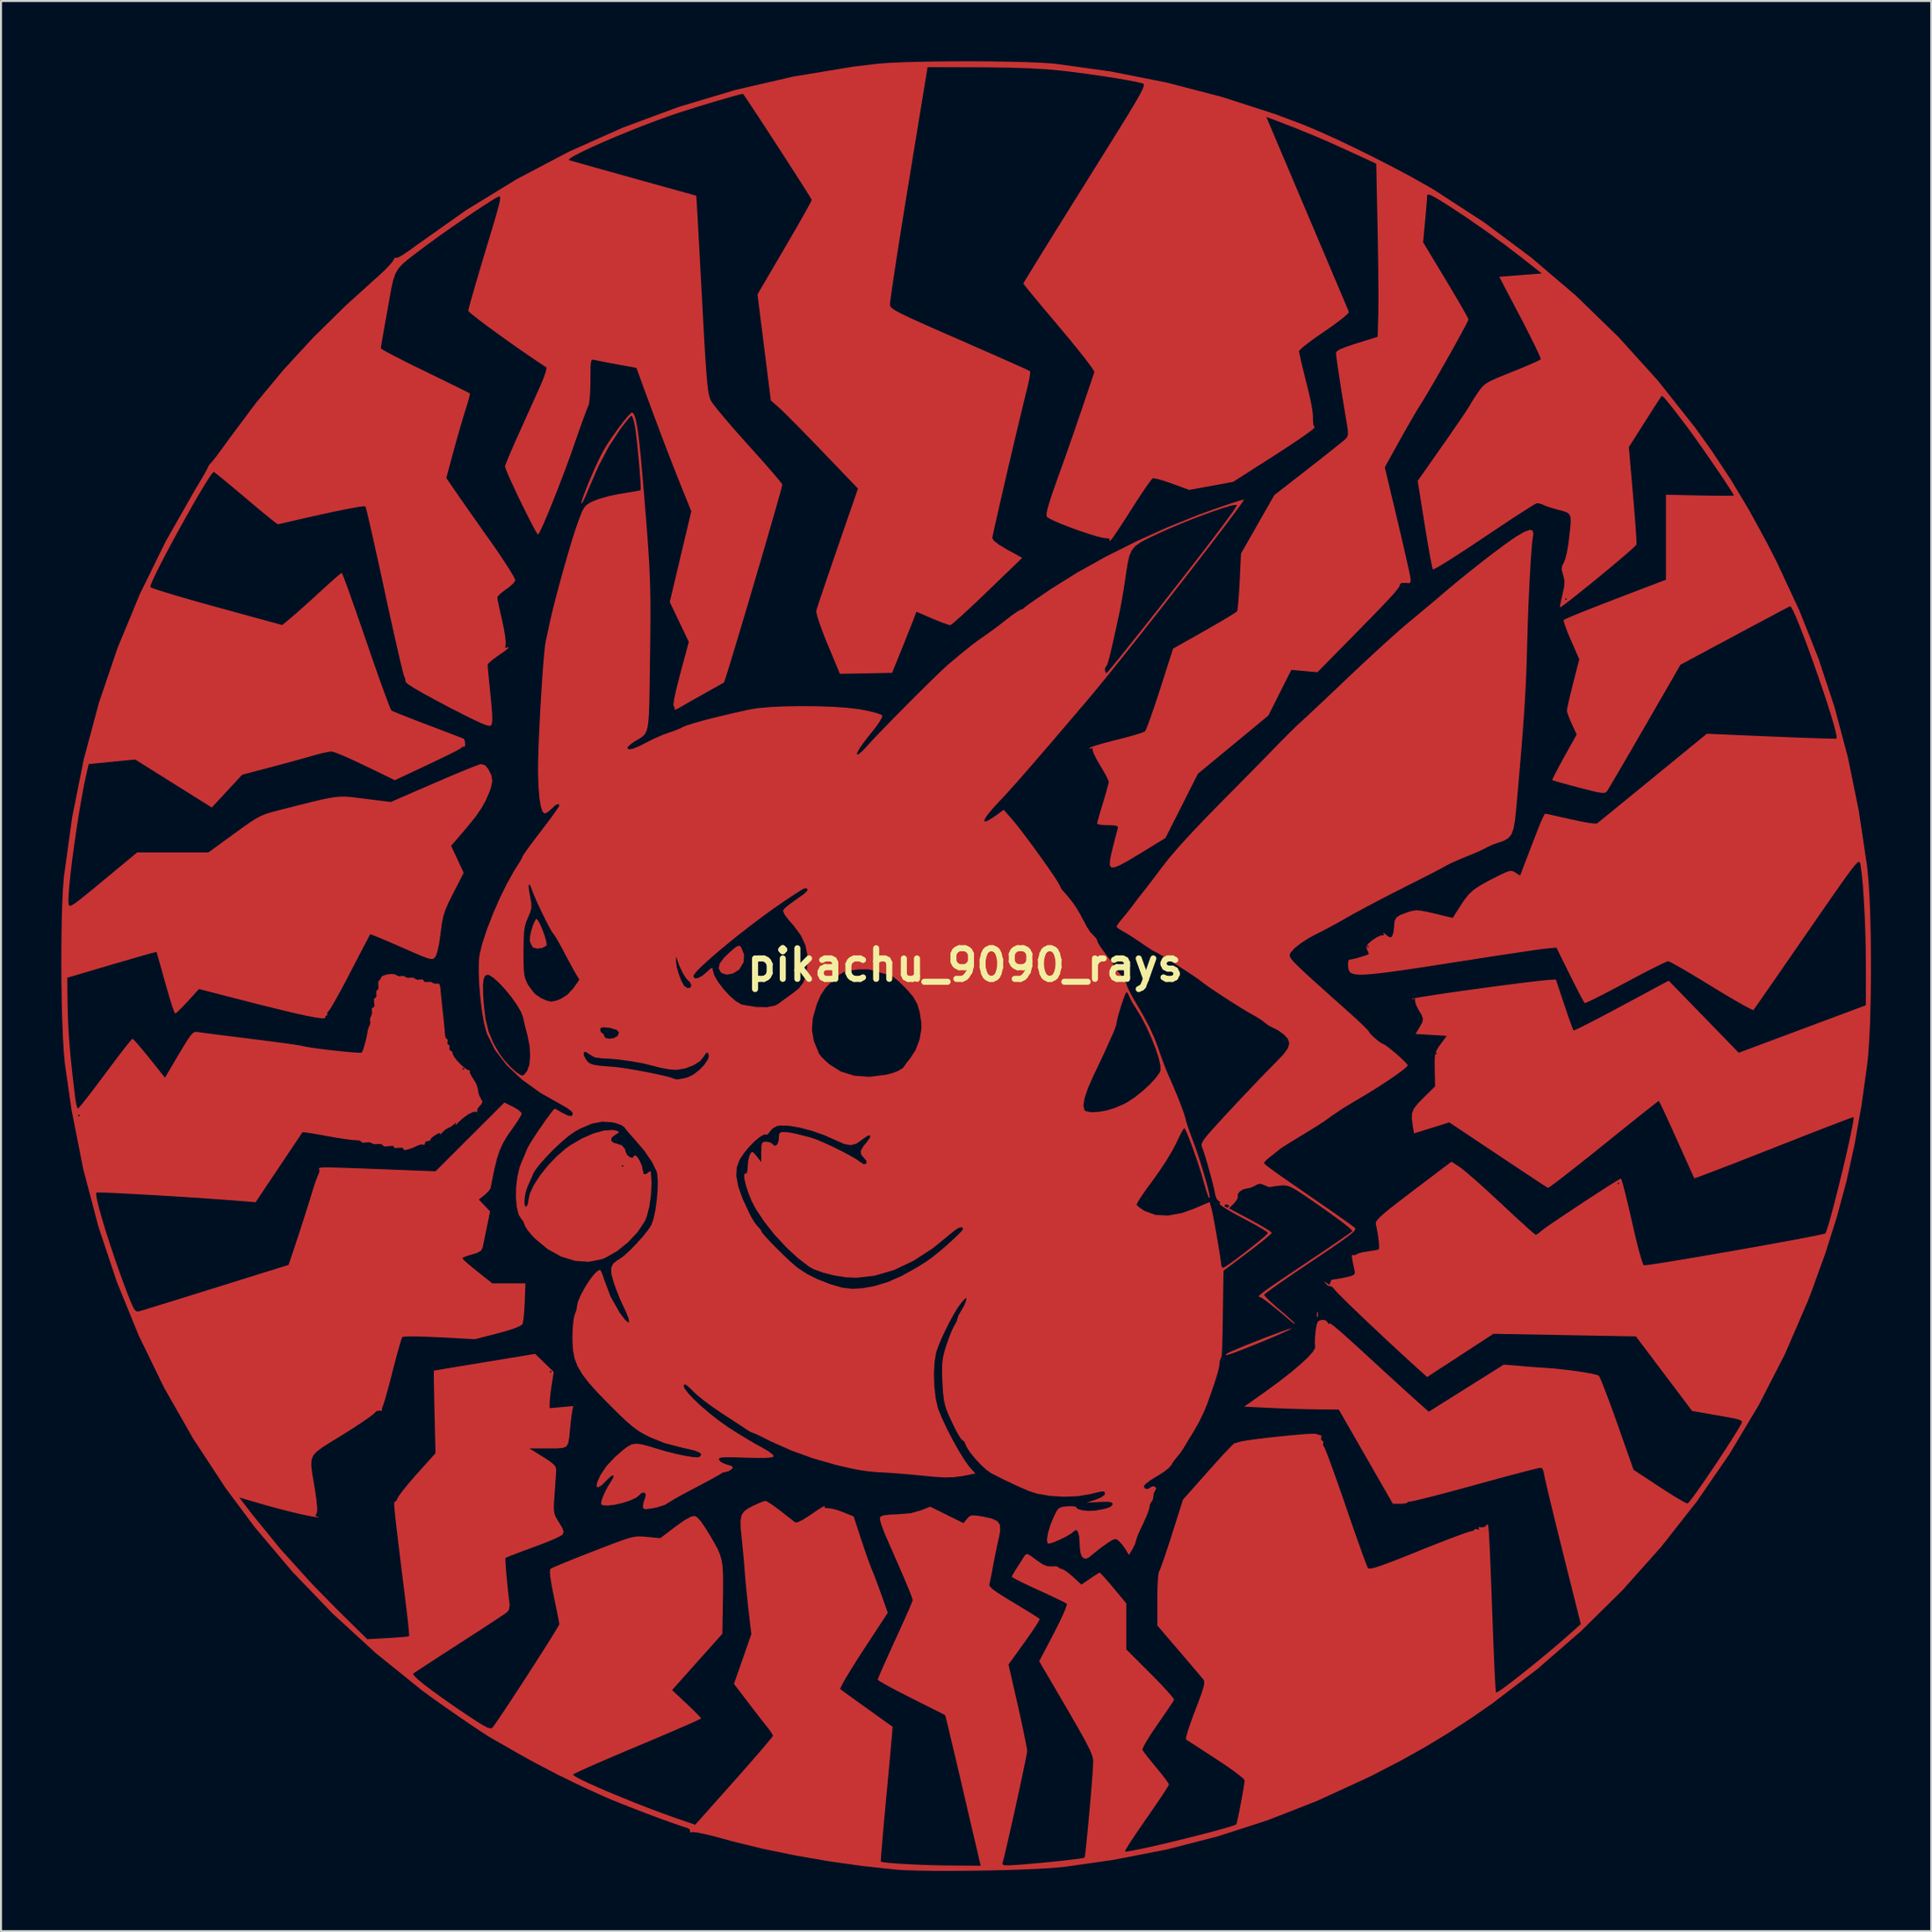
<source format=kicad_pcb>
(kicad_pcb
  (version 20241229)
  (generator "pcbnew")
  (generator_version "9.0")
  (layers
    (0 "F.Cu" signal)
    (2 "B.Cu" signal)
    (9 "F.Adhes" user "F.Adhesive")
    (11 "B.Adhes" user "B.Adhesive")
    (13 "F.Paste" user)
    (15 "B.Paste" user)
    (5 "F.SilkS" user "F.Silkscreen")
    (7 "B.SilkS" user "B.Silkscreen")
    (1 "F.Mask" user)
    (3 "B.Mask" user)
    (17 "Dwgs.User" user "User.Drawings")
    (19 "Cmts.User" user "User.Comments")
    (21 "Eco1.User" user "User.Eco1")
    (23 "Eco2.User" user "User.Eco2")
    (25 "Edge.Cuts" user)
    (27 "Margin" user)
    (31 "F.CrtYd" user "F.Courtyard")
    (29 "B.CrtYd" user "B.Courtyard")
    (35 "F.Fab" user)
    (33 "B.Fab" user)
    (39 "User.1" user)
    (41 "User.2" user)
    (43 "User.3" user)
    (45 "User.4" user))
  (footprint "pikachu_9090_rays"
    (layer "F.Cu")
    (at 44.963 44.957)
    (property "Reference" "pikachu_9090_rays" (at 0 0 0) (layer "F.SilkS") (effects (font (size 1.524 1.524) (thickness 0.3))))
    (attr board_only exclude_from_pos_files exclude_from_bom)
    (fp_poly (pts (xy 17.545 17.263) (xy 17.557 17.461) (xy 17.545 17.505) (xy 17.509 17.517) (xy 17.496 17.384) (xy 17.511 17.247)) (stroke (width 0) (type solid)) (fill yes) (layer "F.Cu"))
    (fp_poly (pts (xy -11.15 -0.892) (xy -11.142 -0.881) (xy -10.996 -0.519) (xy -11.022 -0.141) (xy -11.216 0.196) (xy -11.265 0.246) (xy -11.549 0.423) (xy -11.851 0.479) (xy -12.103 0.406) (xy -12.15 0.367) (xy -12.259 0.166) (xy -12.208 -0.073) (xy -11.992 -0.365) (xy -11.761 -0.59) (xy -11.493 -0.824) (xy -11.327 -0.94) (xy -11.225 -0.957)) (stroke (width 0) (type solid)) (fill yes) (layer "F.Cu"))
    (fp_poly (pts (xy -21.228 -2.189) (xy -21.115 -1.963) (xy -20.996 -1.671) (xy -20.893 -1.37) (xy -20.827 -1.119) (xy -20.82 -0.974) (xy -20.826 -0.964) (xy -21.033 -0.849) (xy -21.282 -0.813) (xy -21.483 -0.864) (xy -21.518 -0.895) (xy -21.629 -1.107) (xy -21.656 -1.215) (xy -21.646 -1.411) (xy -21.59 -1.676) (xy -21.507 -1.951) (xy -21.416 -2.175) (xy -21.336 -2.289) (xy -21.316 -2.292)) (stroke (width 0) (type solid)) (fill yes) (layer "F.Cu"))
    (fp_poly (pts (xy 16.181 18.122) (xy 15.979 18.221) (xy 15.663 18.362) (xy 15.266 18.533) (xy 14.821 18.719) (xy 14.361 18.906) (xy 13.919 19.083) (xy 13.527 19.234) (xy 13.22 19.346) (xy 13.029 19.406) (xy 12.99 19.413) (xy 12.973 19.371) (xy 13.038 19.323) (xy 13.222 19.233) (xy 13.532 19.099) (xy 13.932 18.934) (xy 14.385 18.752) (xy 14.856 18.568) (xy 15.309 18.395) (xy 15.708 18.247) (xy 16.018 18.139) (xy 16.202 18.083) (xy 16.235 18.079)) (stroke (width 0) (type solid)) (fill yes) (layer "F.Cu"))
    (fp_poly (pts (xy -16.486 -27.418) (xy -16.413 -27.241) (xy -16.343 -26.944) (xy -16.273 -26.513) (xy -16.202 -25.932) (xy -16.126 -25.188) (xy -16.046 -24.288) (xy -15.95 -23.144) (xy -15.87 -22.164) (xy -15.805 -21.318) (xy -15.753 -20.577) (xy -15.713 -19.912) (xy -15.685 -19.294) (xy -15.667 -18.693) (xy -15.657 -18.082) (xy -15.655 -17.43) (xy -15.659 -16.708) (xy -15.668 -15.888) (xy -15.676 -15.322) (xy -15.688 -14.372) (xy -15.699 -13.596) (xy -15.712 -12.974) (xy -15.73 -12.487) (xy -15.757 -12.114) (xy -15.797 -11.837) (xy -15.853 -11.636) (xy -15.929 -11.491) (xy -16.027 -11.383) (xy -16.153 -11.292) (xy -16.309 -11.199) (xy -16.442 -11.12) (xy -16.663 -10.966) (xy -16.791 -10.841) (xy -16.805 -10.809) (xy -16.73 -10.725) (xy -16.509 -10.763) (xy -16.146 -10.919) (xy -15.903 -11.047) (xy -15.5 -11.249) (xy -15.068 -11.438) (xy -14.776 -11.545) (xy -14.447 -11.66) (xy -14.169 -11.774) (xy -14.052 -11.833) (xy -13.844 -11.921) (xy -13.466 -12.04) (xy -12.94 -12.186) (xy -12.285 -12.352) (xy -11.522 -12.532) (xy -10.72 -12.712) (xy -10.261 -12.783) (xy -9.654 -12.835) (xy -8.942 -12.867) (xy -8.169 -12.879) (xy -7.379 -12.872) (xy -6.615 -12.846) (xy -5.921 -12.8) (xy -5.341 -12.734) (xy -5.196 -12.711) (xy -4.752 -12.622) (xy -4.4 -12.533) (xy -4.177 -12.453) (xy -4.117 -12.407) (xy -4.153 -12.281) (xy -4.289 -12.052) (xy -4.499 -11.764) (xy -4.572 -11.672) (xy -4.834 -11.344) (xy -5.068 -11.038) (xy -5.231 -10.811) (xy -5.248 -10.784) (xy -5.372 -10.558) (xy -5.378 -10.464) (xy -5.281 -10.498) (xy -5.099 -10.654) (xy -4.854 -10.918) (xy -4.647 -11.147) (xy -4.33 -11.482) (xy -3.928 -11.898) (xy -3.467 -12.368) (xy -2.974 -12.867) (xy -2.475 -13.368) (xy -1.995 -13.844) (xy -1.562 -14.27) (xy -1.2 -14.619) (xy -1.15 -14.666) (xy 6.954 -14.666) (xy 6.991 -14.537) (xy 7.048 -14.533) (xy 7.128 -14.621) (xy 7.313 -14.841) (xy 7.588 -15.177) (xy 7.938 -15.61) (xy 8.348 -16.122) (xy 8.803 -16.693) (xy 9.104 -17.074) (xy 9.887 -18.067) (xy 10.614 -18.995) (xy 11.278 -19.849) (xy 11.871 -20.617) (xy 12.385 -21.29) (xy 12.813 -21.858) (xy 13.146 -22.311) (xy 13.379 -22.64) (xy 13.502 -22.833) (xy 13.521 -22.878) (xy 13.437 -22.894) (xy 13.202 -22.844) (xy 12.844 -22.738) (xy 12.391 -22.585) (xy 11.869 -22.397) (xy 11.307 -22.183) (xy 10.731 -21.952) (xy 10.169 -21.715) (xy 9.658 -21.485) (xy 9.129 -21.238) (xy 8.743 -21.038) (xy 8.473 -20.847) (xy 8.29 -20.63) (xy 8.168 -20.349) (xy 8.081 -19.967) (xy 8 -19.447) (xy 7.961 -19.171) (xy 7.884 -18.67) (xy 7.798 -18.158) (xy 7.716 -17.718) (xy 7.688 -17.577) (xy 7.512 -16.765) (xy 7.37 -16.125) (xy 7.259 -15.639) (xy 7.173 -15.289) (xy 7.109 -15.06) (xy 7.062 -14.932) (xy 7.03 -14.889) (xy 6.967 -14.779) (xy 6.954 -14.666) (xy -1.15 -14.666) (xy -0.937 -14.864) (xy -0.869 -14.925) (xy -0.219 -15.472) (xy 0.355 -15.931) (xy 0.828 -16.281) (xy 0.965 -16.374) (xy 1.257 -16.578) (xy 1.624 -16.85) (xy 1.991 -17.135) (xy 2.028 -17.165) (xy 2.33 -17.398) (xy 2.583 -17.574) (xy 2.744 -17.666) (xy 2.769 -17.672) (xy 2.899 -17.727) (xy 2.913 -17.748) (xy 3.001 -17.824) (xy 3.223 -17.986) (xy 3.553 -18.217) (xy 3.964 -18.498) (xy 4.346 -18.754) (xy 5.606 -19.539) (xy 7.009 -20.319) (xy 8.505 -21.069) (xy 10.044 -21.765) (xy 11.578 -22.384) (xy 12.351 -22.665) (xy 12.851 -22.838) (xy 13.283 -22.982) (xy 13.616 -23.088) (xy 13.819 -23.147) (xy 13.868 -23.154) (xy 13.823 -23.067) (xy 13.669 -22.845) (xy 13.419 -22.502) (xy 13.083 -22.053) (xy 12.674 -21.513) (xy 12.203 -20.897) (xy 11.682 -20.221) (xy 11.123 -19.499) (xy 10.537 -18.747) (xy 9.937 -17.98) (xy 9.333 -17.212) (xy 8.739 -16.459) (xy 8.164 -15.735) (xy 7.622 -15.057) (xy 7.124 -14.438) (xy 6.681 -13.894) (xy 6.306 -13.441) (xy 6.13 -13.231) (xy 5.261 -12.211) (xy 4.507 -11.328) (xy 3.857 -10.571) (xy 3.302 -9.928) (xy 2.832 -9.389) (xy 2.438 -8.943) (xy 2.109 -8.578) (xy 1.837 -8.283) (xy 1.714 -8.154) (xy 1.339 -7.746) (xy 1.087 -7.435) (xy 0.962 -7.229) (xy 0.964 -7.136) (xy 1.095 -7.162) (xy 1.358 -7.317) (xy 1.525 -7.433) (xy 1.921 -7.72) (xy 2.306 -7.282) (xy 2.527 -7.017) (xy 2.807 -6.66) (xy 3.125 -6.239) (xy 3.462 -5.783) (xy 3.796 -5.32) (xy 4.108 -4.879) (xy 4.377 -4.487) (xy 4.583 -4.174) (xy 4.706 -3.966) (xy 4.732 -3.9) (xy 4.791 -3.782) (xy 4.877 -3.678) (xy 5.03 -3.504) (xy 5.228 -3.265) (xy 5.276 -3.206) (xy 5.419 -3.018) (xy 5.556 -2.81) (xy 5.713 -2.54) (xy 5.917 -2.164) (xy 6.064 -1.883) (xy 6.223 -1.641) (xy 6.391 -1.467) (xy 6.533 -1.314) (xy 6.567 -1.213) (xy 6.624 -1.081) (xy 6.773 -0.845) (xy 6.987 -0.55) (xy 7.048 -0.47) (xy 7.272 -0.176) (xy 7.441 0.06) (xy 7.526 0.198) (xy 7.531 0.213) (xy 7.594 0.32) (xy 7.747 0.495) (xy 7.775 0.522) (xy 7.938 0.729) (xy 8.015 0.91) (xy 8.016 0.924) (xy 8.064 1.073) (xy 8.191 1.34) (xy 8.376 1.68) (xy 8.488 1.87) (xy 8.872 2.53) (xy 9.168 3.087) (xy 9.4 3.594) (xy 9.595 4.105) (xy 9.66 4.298) (xy 9.818 4.746) (xy 10.003 5.222) (xy 10.144 5.553) (xy 10.358 6.04) (xy 10.563 6.532) (xy 10.742 6.988) (xy 10.88 7.366) (xy 10.96 7.624) (xy 10.971 7.678) (xy 11.017 7.848) (xy 11.117 8.148) (xy 11.254 8.53) (xy 11.35 8.785) (xy 11.495 9.184) (xy 11.651 9.652) (xy 11.807 10.146) (xy 11.949 10.624) (xy 12.065 11.044) (xy 12.142 11.363) (xy 12.169 11.533) (xy 12.148 11.605) (xy 12.09 11.502) (xy 11.999 11.237) (xy 11.88 10.824) (xy 11.876 10.806) (xy 11.765 10.424) (xy 11.625 9.983) (xy 11.468 9.518) (xy 11.308 9.067) (xy 11.157 8.665) (xy 11.03 8.349) (xy 10.938 8.156) (xy 10.903 8.113) (xy 10.839 8.194) (xy 10.719 8.412) (xy 10.564 8.726) (xy 10.498 8.87) (xy 10.304 9.241) (xy 10.025 9.706) (xy 9.697 10.207) (xy 9.356 10.688) (xy 9.326 10.729) (xy 9.032 11.13) (xy 8.789 11.479) (xy 8.616 11.747) (xy 8.534 11.904) (xy 8.531 11.927) (xy 8.628 12.03) (xy 8.835 12.176) (xy 8.941 12.24) (xy 9.471 12.432) (xy 10.093 12.465) (xy 10.791 12.337) (xy 11.385 12.125) (xy 12.164 11.792) (xy 12.263 12.149) (xy 12.31 12.352) (xy 12.375 12.689) (xy 12.453 13.113) (xy 12.535 13.58) (xy 12.613 14.044) (xy 12.68 14.46) (xy 12.727 14.782) (xy 12.748 14.966) (xy 12.748 14.977) (xy 12.819 15.065) (xy 12.834 15.066) (xy 12.944 15.01) (xy 13.167 14.858) (xy 13.47 14.638) (xy 13.818 14.375) (xy 14.178 14.094) (xy 14.516 13.824) (xy 14.8 13.589) (xy 14.994 13.415) (xy 15.066 13.33) (xy 14.985 13.258) (xy 14.762 13.116) (xy 14.426 12.923) (xy 14.009 12.697) (xy 13.81 12.592) (xy 13.377 12.359) (xy 13.023 12.154) (xy 12.775 11.994) (xy 12.727 11.953) (xy 12.897 11.953) (xy 12.903 11.992) (xy 13.03 12.071) (xy 13.044 12.072) (xy 13.133 12.007) (xy 13.135 11.992) (xy 13.056 11.92) (xy 12.994 11.911) (xy 12.897 11.953) (xy 12.727 11.953) (xy 12.66 11.895) (xy 12.659 11.874) (xy 12.694 11.797) (xy 12.623 11.755) (xy 12.512 11.63) (xy 12.435 11.4) (xy 12.432 11.379) (xy 12.379 11.117) (xy 12.289 10.748) (xy 12.176 10.322) (xy 12.054 9.888) (xy 11.938 9.499) (xy 11.84 9.203) (xy 11.782 9.06) (xy 11.76 8.917) (xy 11.851 8.724) (xy 12.021 8.503) (xy 12.242 8.249) (xy 12.569 7.886) (xy 12.976 7.444) (xy 13.434 6.952) (xy 13.915 6.44) (xy 14.392 5.937) (xy 14.837 5.473) (xy 15.223 5.078) (xy 15.477 4.823) (xy 15.841 4.44) (xy 16.055 4.141) (xy 16.127 3.898) (xy 16.063 3.685) (xy 15.872 3.472) (xy 15.839 3.444) (xy 15.593 3.265) (xy 15.367 3.143) (xy 15.34 3.134) (xy 15.104 3.015) (xy 14.936 2.887) (xy 14.736 2.735) (xy 14.448 2.555) (xy 14.301 2.473) (xy 14.041 2.325) (xy 13.685 2.109) (xy 13.273 1.85) (xy 12.845 1.574) (xy 12.44 1.308) (xy 12.098 1.076) (xy 11.859 0.903) (xy 11.783 0.842) (xy 11.641 0.733) (xy 11.385 0.556) (xy 11.05 0.333) (xy 10.672 0.087) (xy 10.289 -0.158) (xy 9.935 -0.379) (xy 9.647 -0.553) (xy 9.461 -0.657) (xy 9.414 -0.676) (xy 9.318 -0.727) (xy 9.107 -0.863) (xy 8.822 -1.056) (xy 8.764 -1.097) (xy 8.421 -1.328) (xy 8.094 -1.536) (xy 7.853 -1.676) (xy 7.847 -1.679) (xy 7.641 -1.802) (xy 7.537 -1.898) (xy 7.533 -1.91) (xy 7.591 -2.021) (xy 7.735 -2.211) (xy 7.785 -2.27) (xy 8.016 -2.547) (xy 8.255 -2.852) (xy 8.289 -2.897) (xy 8.519 -3.201) (xy 8.754 -3.505) (xy 8.786 -3.544) (xy 9.048 -3.879) (xy 9.285 -4.186) (xy 9.547 -4.535) (xy 9.766 -4.829) (xy 10.154 -5.322) (xy 10.655 -5.904) (xy 11.277 -6.585) (xy 12.029 -7.375) (xy 12.919 -8.281) (xy 12.941 -8.304) (xy 13.454 -8.821) (xy 14.003 -9.377) (xy 14.543 -9.926) (xy 15.029 -10.423) (xy 15.356 -10.759) (xy 15.742 -11.153) (xy 16.11 -11.523) (xy 16.426 -11.833) (xy 16.654 -12.05) (xy 16.708 -12.098) (xy 16.865 -12.24) (xy 17.14 -12.496) (xy 17.512 -12.845) (xy 17.96 -13.266) (xy 18.461 -13.741) (xy 18.995 -14.248) (xy 19.074 -14.323) (xy 19.651 -14.868) (xy 20.237 -15.413) (xy 20.802 -15.931) (xy 21.315 -16.394) (xy 21.748 -16.775) (xy 22.055 -17.036) (xy 22.518 -17.42) (xy 23.023 -17.842) (xy 23.5 -18.244) (xy 23.794 -18.495) (xy 24.356 -18.969) (xy 24.969 -19.468) (xy 25.596 -19.967) (xy 26.202 -20.436) (xy 26.753 -20.848) (xy 27.212 -21.176) (xy 27.414 -21.311) (xy 27.815 -21.547) (xy 28.087 -21.647) (xy 28.235 -21.612) (xy 28.269 -21.443) (xy 28.256 -21.356) (xy 28.219 -21.097) (xy 28.18 -20.673) (xy 28.14 -20.112) (xy 28.099 -19.443) (xy 28.06 -18.693) (xy 28.024 -17.891) (xy 27.993 -17.064) (xy 27.969 -16.241) (xy 27.963 -16.032) (xy 27.944 -15.312) (xy 27.921 -14.629) (xy 27.891 -13.955) (xy 27.854 -13.265) (xy 27.808 -12.532) (xy 27.75 -11.729) (xy 27.68 -10.831) (xy 27.595 -9.81) (xy 27.493 -8.641) (xy 27.416 -7.775) (xy 27.357 -7.204) (xy 27.285 -6.794) (xy 27.183 -6.51) (xy 27.033 -6.32) (xy 26.819 -6.189) (xy 26.538 -6.09) (xy 26.236 -5.983) (xy 25.983 -5.867) (xy 25.938 -5.841) (xy 25.757 -5.746) (xy 25.453 -5.609) (xy 25.081 -5.453) (xy 24.965 -5.407) (xy 24.569 -5.244) (xy 24.207 -5.082) (xy 23.946 -4.951) (xy 23.903 -4.927) (xy 23.73 -4.831) (xy 23.414 -4.665) (xy 22.989 -4.445) (xy 22.484 -4.188) (xy 21.931 -3.909) (xy 21.827 -3.856) (xy 21.207 -3.542) (xy 20.573 -3.214) (xy 19.971 -2.896) (xy 19.45 -2.615) (xy 19.074 -2.404) (xy 18.624 -2.149) (xy 18.173 -1.902) (xy 17.783 -1.697) (xy 17.577 -1.594) (xy 17.111 -1.348) (xy 16.702 -1.086) (xy 16.384 -0.832) (xy 16.19 -0.613) (xy 16.148 -0.512) (xy 16.148 -0.453) (xy 16.174 -0.381) (xy 16.238 -0.284) (xy 16.353 -0.15) (xy 16.533 0.033) (xy 16.789 0.278) (xy 17.134 0.597) (xy 17.582 1.002) (xy 18.144 1.507) (xy 18.834 2.122) (xy 19.107 2.366) (xy 19.465 2.69) (xy 19.765 2.972) (xy 19.979 3.184) (xy 20.081 3.302) (xy 20.086 3.314) (xy 20.155 3.417) (xy 20.32 3.582) (xy 20.518 3.753) (xy 20.691 3.879) (xy 20.764 3.911) (xy 20.883 3.971) (xy 21.093 4.126) (xy 21.353 4.338) (xy 21.618 4.569) (xy 21.845 4.782) (xy 21.99 4.939) (xy 22.019 4.993) (xy 21.941 5.09) (xy 21.725 5.266) (xy 21.399 5.503) (xy 20.99 5.781) (xy 20.527 6.082) (xy 20.039 6.387) (xy 19.552 6.676) (xy 19.509 6.7) (xy 18.773 7.143) (xy 18.153 7.565) (xy 17.963 7.706) (xy 17.787 7.827) (xy 17.486 8.02) (xy 17.105 8.257) (xy 16.708 8.499) (xy 16.314 8.737) (xy 15.983 8.942) (xy 15.749 9.092) (xy 15.647 9.165) (xy 15.646 9.166) (xy 15.545 9.254) (xy 15.346 9.411) (xy 15.235 9.494) (xy 15.021 9.669) (xy 14.891 9.803) (xy 14.873 9.839) (xy 14.883 9.87) (xy 14.924 9.918) (xy 15.012 9.994) (xy 15.162 10.108) (xy 15.39 10.273) (xy 15.71 10.5) (xy 16.14 10.799) (xy 16.694 11.183) (xy 17.387 11.661) (xy 17.577 11.792) (xy 18.087 12.145) (xy 18.548 12.468) (xy 18.934 12.741) (xy 19.22 12.947) (xy 19.38 13.068) (xy 19.4 13.085) (xy 19.417 13.138) (xy 19.372 13.218) (xy 19.249 13.338) (xy 19.034 13.51) (xy 18.712 13.744) (xy 18.268 14.051) (xy 17.686 14.445) (xy 17.203 14.769) (xy 16.608 15.168) (xy 16.07 15.535) (xy 15.608 15.857) (xy 15.242 16.117) (xy 14.992 16.304) (xy 14.878 16.401) (xy 14.873 16.41) (xy 14.943 16.504) (xy 15.13 16.692) (xy 15.405 16.942) (xy 15.646 17.149) (xy 15.964 17.422) (xy 16.219 17.648) (xy 16.379 17.8) (xy 16.418 17.849) (xy 16.357 17.834) (xy 16.249 17.754) (xy 15.693 17.287) (xy 15.268 16.94) (xy 14.962 16.702) (xy 14.763 16.563) (xy 14.658 16.515) (xy 14.654 16.515) (xy 14.607 16.503) (xy 14.618 16.462) (xy 14.701 16.38) (xy 14.868 16.249) (xy 15.135 16.056) (xy 15.516 15.793) (xy 16.023 15.45) (xy 16.672 15.015) (xy 17.019 14.782) (xy 17.598 14.394) (xy 18.123 14.039) (xy 18.574 13.731) (xy 18.929 13.484) (xy 19.166 13.315) (xy 19.264 13.236) (xy 19.265 13.235) (xy 19.205 13.157) (xy 19.009 12.989) (xy 18.698 12.747) (xy 18.296 12.45) (xy 17.827 12.116) (xy 17.722 12.042) (xy 17.179 11.666) (xy 16.769 11.387) (xy 16.464 11.191) (xy 16.239 11.065) (xy 16.066 10.995) (xy 15.92 10.966) (xy 15.774 10.967) (xy 15.673 10.975) (xy 15.399 11.007) (xy 15.219 11.039) (xy 15.184 11.053) (xy 15.084 11.039) (xy 14.899 10.958) (xy 14.689 10.879) (xy 14.523 10.92) (xy 14.449 10.967) (xy 14.214 11.079) (xy 14.055 11.11) (xy 13.833 11.162) (xy 13.647 11.281) (xy 13.556 11.421) (xy 13.568 11.491) (xy 13.55 11.622) (xy 13.421 11.81) (xy 13.381 11.852) (xy 13.128 12.106) (xy 14.193 12.675) (xy 14.598 12.898) (xy 14.932 13.092) (xy 15.163 13.24) (xy 15.259 13.32) (xy 15.259 13.323) (xy 15.186 13.405) (xy 14.984 13.58) (xy 14.679 13.827) (xy 14.298 14.123) (xy 14.057 14.306) (xy 12.855 15.211) (xy 12.829 16.901) (xy 12.817 17.679) (xy 12.806 18.285) (xy 12.796 18.743) (xy 12.786 19.073) (xy 12.774 19.299) (xy 12.761 19.441) (xy 12.744 19.522) (xy 12.724 19.564) (xy 12.715 19.575) (xy 12.664 19.712) (xy 12.652 19.85) (xy 12.626 20.044) (xy 12.544 20.357) (xy 12.403 20.807) (xy 12.196 21.408) (xy 12.035 21.858) (xy 11.857 22.283) (xy 11.621 22.763) (xy 11.379 23.19) (xy 11.169 23.531) (xy 10.988 23.829) (xy 10.869 24.03) (xy 10.854 24.056) (xy 10.707 24.274) (xy 10.552 24.462) (xy 10.367 24.698) (xy 10.248 24.889) (xy 10.112 25.04) (xy 9.856 25.237) (xy 9.535 25.439) (xy 9.512 25.453) (xy 9.208 25.639) (xy 8.986 25.809) (xy 8.887 25.929) (xy 8.885 25.939) (xy 8.956 26.052) (xy 9.102 26.068) (xy 9.221 25.984) (xy 9.346 25.932) (xy 9.426 25.948) (xy 9.517 26.03) (xy 9.471 26.108) (xy 9.387 26.282) (xy 9.368 26.428) (xy 9.329 26.624) (xy 9.271 26.704) (xy 9.191 26.84) (xy 9.175 26.954) (xy 9.134 27.128) (xy 9.024 27.417) (xy 8.869 27.762) (xy 8.837 27.828) (xy 8.677 28.168) (xy 8.557 28.451) (xy 8.501 28.626) (xy 8.499 28.644) (xy 8.451 28.812) (xy 8.336 29.043) (xy 8.324 29.063) (xy 8.149 29.351) (xy 7.993 29.087) (xy 7.819 28.839) (xy 7.656 28.659) (xy 7.534 28.568) (xy 7.417 28.563) (xy 7.24 28.654) (xy 7.093 28.75) (xy 6.775 28.977) (xy 6.461 29.223) (xy 6.395 29.279) (xy 6.158 29.47) (xy 6.006 29.54) (xy 5.888 29.503) (xy 5.814 29.437) (xy 5.75 29.282) (xy 5.708 29.004) (xy 5.698 28.767) (xy 5.674 28.419) (xy 5.609 28.188) (xy 5.517 28.101) (xy 5.421 28.164) (xy 5.284 28.28) (xy 5.044 28.423) (xy 4.755 28.569) (xy 4.467 28.693) (xy 4.234 28.772) (xy 4.108 28.781) (xy 4.101 28.774) (xy 4.071 28.576) (xy 4.123 28.252) (xy 4.247 27.846) (xy 4.399 27.475) (xy 4.539 27.187) (xy 4.659 27.031) (xy 4.815 26.961) (xy 5.064 26.931) (xy 5.069 26.93) (xy 5.328 26.922) (xy 5.484 26.942) (xy 5.505 26.959) (xy 5.592 27.056) (xy 5.816 27.125) (xy 6.122 27.158) (xy 6.454 27.145) (xy 6.525 27.135) (xy 6.946 27.054) (xy 7.203 26.97) (xy 7.323 26.871) (xy 7.34 26.801) (xy 7.284 26.734) (xy 7.097 26.705) (xy 6.751 26.709) (xy 6.688 26.713) (xy 6.036 26.748) (xy 6.495 26.599) (xy 6.774 26.483) (xy 6.934 26.362) (xy 6.954 26.312) (xy 6.947 26.228) (xy 6.904 26.188) (xy 6.784 26.192) (xy 6.55 26.242) (xy 6.2 26.328) (xy 5.596 26.427) (xy 4.915 26.453) (xy 4.225 26.411) (xy 3.595 26.303) (xy 3.187 26.175) (xy 2.58 25.91) (xy 1.912 25.594) (xy 1.3 25.284) (xy 1.056 25.111) (xy 0.767 24.844) (xy 0.476 24.53) (xy 0.228 24.22) (xy 0.066 23.962) (xy 0.035 23.879) (xy -0.04 23.71) (xy -0.105 23.662) (xy -0.204 23.574) (xy -0.36 23.326) (xy -0.564 22.934) (xy -0.805 22.418) (xy -0.853 22.31) (xy -0.969 22.005) (xy -1.048 21.681) (xy -1.098 21.282) (xy -1.13 20.75) (xy -1.132 20.716) (xy -1.147 20.215) (xy -1.14 19.842) (xy -1.102 19.531) (xy -1.028 19.219) (xy -0.929 18.901) (xy -0.794 18.519) (xy -0.659 18.187) (xy -0.551 17.965) (xy -0.534 17.938) (xy -0.422 17.733) (xy -0.386 17.6) (xy -0.334 17.437) (xy -0.207 17.22) (xy -0.201 17.211) (xy -0.049 16.947) (xy 0.045 16.708) (xy 0.07 16.575) (xy 0.034 16.565) (xy -0.089 16.688) (xy -0.186 16.798) (xy -0.376 17.06) (xy -0.608 17.45) (xy -0.856 17.914) (xy -1.092 18.399) (xy -1.291 18.854) (xy -1.426 19.224) (xy -1.438 19.267) (xy -1.52 19.741) (xy -1.55 20.326) (xy -1.532 20.95) (xy -1.467 21.54) (xy -1.359 22.022) (xy -1.343 22.071) (xy -1.162 22.523) (xy -0.918 23.047) (xy -0.636 23.597) (xy -0.34 24.126) (xy -0.058 24.587) (xy 0.188 24.935) (xy 0.27 25.033) (xy 0.509 25.293) (xy 0.279 25.343) (xy -0.178 25.433) (xy -0.58 25.482) (xy -0.992 25.493) (xy -1.474 25.468) (xy -2.015 25.416) (xy -2.566 25.361) (xy -3.127 25.312) (xy -3.629 25.273) (xy -3.96 25.253) (xy -4.44 25.225) (xy -4.853 25.186) (xy -5.256 25.126) (xy -5.709 25.036) (xy -6.271 24.906) (xy -6.471 24.857) (xy -7.56 24.546) (xy -8.659 24.147) (xy -9.675 23.695) (xy -9.857 23.603) (xy -10.174 23.444) (xy -10.423 23.327) (xy -10.555 23.276) (xy -10.561 23.275) (xy -10.682 23.225) (xy -10.879 23.104) (xy -10.893 23.095) (xy -11.078 22.971) (xy -11.381 22.771) (xy -11.759 22.524) (xy -12.121 22.289) (xy -12.548 21.998) (xy -12.955 21.699) (xy -13.291 21.429) (xy -13.473 21.262) (xy -13.693 21.045) (xy -13.864 20.899) (xy -13.931 20.861) (xy -14.01 20.916) (xy -13.955 21.067) (xy -13.783 21.296) (xy -13.515 21.584) (xy -13.171 21.91) (xy -12.77 22.257) (xy -12.33 22.606) (xy -11.873 22.936) (xy -11.72 23.038) (xy -11.265 23.328) (xy -10.776 23.624) (xy -10.332 23.881) (xy -10.151 23.979) (xy -9.803 24.179) (xy -9.585 24.34) (xy -9.52 24.444) (xy -9.523 24.451) (xy -9.64 24.496) (xy -9.928 24.52) (xy -10.392 24.523) (xy -10.932 24.509) (xy -11.468 24.491) (xy -11.839 24.487) (xy -12.073 24.497) (xy -12.2 24.524) (xy -12.245 24.57) (xy -12.245 24.613) (xy -12.138 24.735) (xy -11.906 24.837) (xy -11.851 24.852) (xy -11.623 24.92) (xy -11.557 24.993) (xy -11.598 25.072) (xy -11.779 25.19) (xy -11.872 25.207) (xy -12.067 25.254) (xy -12.125 25.292) (xy -12.241 25.366) (xy -12.494 25.509) (xy -12.85 25.702) (xy -13.273 25.926) (xy -13.376 25.98) (xy -13.816 26.212) (xy -14.202 26.421) (xy -14.497 26.587) (xy -14.664 26.69) (xy -14.68 26.701) (xy -14.95 26.864) (xy -15.327 26.982) (xy -15.621 27.039) (xy -15.879 27.072) (xy -15.999 27.047) (xy -16.031 26.949) (xy -16.032 26.924) (xy -15.987 26.688) (xy -15.925 26.54) (xy -15.883 26.345) (xy -15.962 26.242) (xy -16.105 26.271) (xy -16.196 26.364) (xy -16.373 26.506) (xy -16.671 26.642) (xy -17.037 26.761) (xy -17.42 26.849) (xy -17.764 26.892) (xy -18.018 26.878) (xy -18.105 26.836) (xy -18.106 26.717) (xy -18.032 26.487) (xy -17.909 26.203) (xy -17.759 25.92) (xy -17.663 25.771) (xy -17.511 25.519) (xy -17.489 25.392) (xy -17.583 25.408) (xy -17.777 25.58) (xy -17.811 25.617) (xy -18.085 25.885) (xy -18.264 25.987) (xy -18.339 25.931) (xy -18.3 25.723) (xy -18.137 25.372) (xy -18.134 25.365) (xy -17.845 24.934) (xy -17.429 24.49) (xy -17.059 24.164) (xy -16.8 23.963) (xy -16.578 23.847) (xy -16.344 23.812) (xy -16.048 23.854) (xy -15.639 23.968) (xy -15.442 24.031) (xy -14.932 24.182) (xy -14.425 24.312) (xy -13.96 24.412) (xy -13.576 24.474) (xy -13.311 24.492) (xy -13.217 24.474) (xy -13.121 24.363) (xy -13.205 24.256) (xy -13.474 24.15) (xy -13.931 24.045) (xy -14.018 24.028) (xy -14.972 23.778) (xy -15.684 23.488) (xy -15.99 23.332) (xy -16.262 23.168) (xy -16.532 22.972) (xy -16.831 22.715) (xy -17.194 22.373) (xy -17.653 21.919) (xy -17.706 21.865) (xy -18.28 21.276) (xy -18.723 20.782) (xy -19.05 20.354) (xy -19.28 19.963) (xy -19.426 19.579) (xy -19.505 19.173) (xy -19.534 18.714) (xy -19.535 18.49) (xy -19.52 18.072) (xy -19.487 17.71) (xy -19.443 17.461) (xy -19.421 17.4) (xy -19.334 17.152) (xy -19.316 17.005) (xy -19.265 16.764) (xy -19.131 16.443) (xy -18.94 16.085) (xy -18.721 15.735) (xy -18.499 15.436) (xy -18.302 15.231) (xy -18.167 15.163) (xy -18.105 15.247) (xy -18.019 15.461) (xy -17.968 15.621) (xy -17.638 16.495) (xy -17.196 17.28) (xy -17.143 17.358) (xy -16.913 17.653) (xy -16.768 17.781) (xy -16.711 17.75) (xy -16.747 17.567) (xy -16.878 17.24) (xy -16.984 17.019) (xy -17.168 16.616) (xy -17.357 16.147) (xy -17.473 15.82) (xy -17.593 15.387) (xy -17.609 15.081) (xy -17.513 14.861) (xy -17.295 14.687) (xy -17.212 14.642) (xy -16.99 14.483) (xy -16.694 14.215) (xy -16.367 13.882) (xy -16.049 13.53) (xy -15.785 13.202) (xy -15.618 12.95) (xy -15.508 12.648) (xy -15.414 12.22) (xy -15.342 11.724) (xy -15.298 11.216) (xy -15.288 10.753) (xy -15.309 10.496) (xy -11.382 10.496) (xy -11.29 11.005) (xy -11.077 11.614) (xy -10.74 12.341) (xy -10.626 12.561) (xy -10.471 12.817) (xy -10.319 13.008) (xy -10.293 13.031) (xy -10.168 13.172) (xy -10.141 13.242) (xy -10.075 13.347) (xy -9.898 13.552) (xy -9.642 13.825) (xy -9.338 14.134) (xy -9.018 14.448) (xy -8.712 14.737) (xy -8.451 14.967) (xy -8.306 15.083) (xy -7.851 15.378) (xy -7.348 15.63) (xy -6.728 15.872) (xy -6.667 15.893) (xy -6.123 16.05) (xy -5.619 16.111) (xy -5.081 16.078) (xy -4.51 15.972) (xy -3.851 15.774) (xy -3.144 15.463) (xy -2.36 15.024) (xy -1.883 14.722) (xy -1.635 14.542) (xy -1.329 14.297) (xy -0.997 14.015) (xy -0.674 13.727) (xy -0.394 13.464) (xy -0.191 13.256) (xy -0.099 13.133) (xy -0.097 13.122) (xy -0.161 13.041) (xy -0.323 13.077) (xy -0.541 13.22) (xy -0.582 13.255) (xy -1.591 14.081) (xy -2.575 14.72) (xy -3.544 15.177) (xy -4.505 15.456) (xy -5.416 15.56) (xy -5.93 15.536) (xy -6.495 15.448) (xy -7.045 15.311) (xy -7.512 15.141) (xy -7.751 15.013) (xy -8.321 14.579) (xy -8.911 14.03) (xy -9.482 13.412) (xy -9.993 12.769) (xy -10.406 12.147) (xy -10.616 11.748) (xy -10.776 11.356) (xy -10.898 10.988) (xy -10.973 10.677) (xy -10.995 10.46) (xy -10.955 10.37) (xy -10.913 10.382) (xy -10.85 10.338) (xy -10.819 10.133) (xy -10.817 10.043) (xy -10.79 9.735) (xy -10.725 9.478) (xy -10.707 9.44) (xy -10.628 9.314) (xy -10.554 9.31) (xy -10.43 9.442) (xy -10.369 9.518) (xy -10.142 9.803) (xy -10.141 9.296) (xy -10.134 9) (xy -10.097 8.849) (xy -10.009 8.795) (xy -9.905 8.789) (xy -9.7 8.824) (xy -9.61 8.885) (xy -9.477 8.996) (xy -9.354 8.944) (xy -9.279 8.754) (xy -9.271 8.644) (xy -9.255 8.416) (xy -9.174 8.324) (xy -9.006 8.308) (xy -8.729 8.335) (xy -8.409 8.397) (xy -8.378 8.405) (xy -8.028 8.495) (xy -7.682 8.584) (xy -7.673 8.586) (xy -7.403 8.679) (xy -7.027 8.837) (xy -6.592 9.038) (xy -6.147 9.258) (xy -5.74 9.473) (xy -5.418 9.66) (xy -5.238 9.787) (xy -5.036 9.915) (xy -4.922 9.886) (xy -4.903 9.753) (xy -5.02 9.612) (xy -5.174 9.43) (xy -5.192 9.25) (xy -5.068 9.025) (xy -4.922 8.848) (xy -4.744 8.607) (xy -4.714 8.481) (xy -4.817 8.48) (xy -5.035 8.617) (xy -5.127 8.692) (xy -5.413 8.891) (xy -5.688 8.962) (xy -6.006 8.907) (xy -6.408 8.732) (xy -6.995 8.47) (xy -7.608 8.254) (xy -8.204 8.094) (xy -8.742 8) (xy -9.177 7.983) (xy -9.359 8.011) (xy -9.589 8.138) (xy -9.715 8.288) (xy -9.815 8.425) (xy -9.881 8.437) (xy -10.007 8.435) (xy -10.216 8.557) (xy -10.474 8.772) (xy -10.747 9.05) (xy -11.003 9.359) (xy -11.209 9.669) (xy -11.223 9.694) (xy -11.359 10.065) (xy -11.382 10.496) (xy -15.309 10.496) (xy -15.318 10.392) (xy -15.349 10.269) (xy -15.583 9.79) (xy -15.955 9.247) (xy -16.437 8.679) (xy -16.673 8.418) (xy -16.862 8.193) (xy -16.949 8.075) (xy -17.095 7.97) (xy -17.361 7.871) (xy -17.556 7.825) (xy -18.052 7.793) (xy -18.562 7.891) (xy -19.129 8.13) (xy -19.404 8.28) (xy -19.705 8.489) (xy -20.069 8.795) (xy -20.458 9.16) (xy -20.834 9.544) (xy -21.158 9.91) (xy -21.392 10.218) (xy -21.477 10.367) (xy -21.624 10.7) (xy -21.77 11.03) (xy -21.778 11.049) (xy -21.861 11.301) (xy -21.909 11.578) (xy -21.922 11.826) (xy -21.896 11.992) (xy -21.828 12.025) (xy -21.827 12.024) (xy -21.752 11.891) (xy -21.73 11.726) (xy -21.656 11.374) (xy -21.453 10.944) (xy -21.146 10.469) (xy -20.769 9.996) (xy -17.094 9.996) (xy -17.046 10.044) (xy -16.998 9.996) (xy -17.046 9.948) (xy -17.094 9.996) (xy -20.769 9.996) (xy -20.762 9.986) (xy -20.327 9.528) (xy -19.868 9.131) (xy -19.637 8.966) (xy -19.058 8.628) (xy -18.491 8.381) (xy -17.973 8.237) (xy -17.539 8.206) (xy -17.314 8.252) (xy -17.22 8.309) (xy -17.282 8.378) (xy -17.387 8.434) (xy -17.58 8.586) (xy -17.609 8.74) (xy -17.474 8.85) (xy -17.384 8.87) (xy -17.075 8.972) (xy -16.917 9.16) (xy -16.901 9.26) (xy -16.826 9.432) (xy -16.708 9.539) (xy -16.557 9.6) (xy -16.515 9.562) (xy -16.444 9.468) (xy -16.421 9.465) (xy -16.31 9.546) (xy -16.184 9.745) (xy -16.08 9.992) (xy -16.032 10.216) (xy -16.032 10.232) (xy -15.989 10.404) (xy -15.868 10.401) (xy -15.762 10.315) (xy -15.659 10.259) (xy -15.633 10.29) (xy -15.599 10.836) (xy -15.627 11.432) (xy -15.708 12.012) (xy -15.835 12.508) (xy -15.93 12.738) (xy -16.286 13.278) (xy -16.771 13.796) (xy -17.328 14.243) (xy -17.903 14.569) (xy -18.075 14.637) (xy -18.721 14.766) (xy -19.401 14.719) (xy -20.089 14.508) (xy -20.758 14.139) (xy -21.384 13.623) (xy -21.574 13.424) (xy -21.77 13.184) (xy -21.897 12.984) (xy -21.923 12.905) (xy -21.991 12.733) (xy -22.06 12.659) (xy -22.206 12.43) (xy -22.301 12.061) (xy -22.345 11.595) (xy -22.337 11.079) (xy -22.277 10.557) (xy -22.166 10.075) (xy -22.065 9.803) (xy -21.925 9.482) (xy -21.8 9.179) (xy -21.779 9.127) (xy -21.693 8.964) (xy -21.531 8.701) (xy -21.32 8.377) (xy -21.083 8.029) (xy -20.849 7.694) (xy -20.642 7.41) (xy -20.489 7.215) (xy -20.417 7.147) (xy -20.321 7.192) (xy -20.125 7.304) (xy -20.066 7.34) (xy -19.754 7.498) (xy -19.569 7.515) (xy -19.509 7.39) (xy -19.589 7.272) (xy -19.796 7.116) (xy -20.016 6.991) (xy -20.025 6.986) (xy 5.885 6.986) (xy 5.935 7.214) (xy 6.012 7.276) (xy 6.296 7.328) (xy 6.707 7.298) (xy 7.059 7.232) (xy 7.426 7.12) (xy 7.841 6.944) (xy 8.104 6.806) (xy 8.469 6.562) (xy 8.846 6.257) (xy 9.198 5.931) (xy 9.487 5.618) (xy 9.673 5.357) (xy 9.718 5.252) (xy 9.715 5.002) (xy 9.629 4.623) (xy 9.476 4.154) (xy 9.271 3.634) (xy 9.029 3.101) (xy 8.764 2.592) (xy 8.494 2.146) (xy 8.469 2.111) (xy 8.303 1.843) (xy 8.184 1.607) (xy 8.164 1.555) (xy 8.085 1.394) (xy 8.029 1.352) (xy 7.975 1.437) (xy 7.888 1.656) (xy 7.784 1.957) (xy 7.681 2.288) (xy 7.595 2.596) (xy 7.542 2.83) (xy 7.533 2.909) (xy 7.495 3.057) (xy 7.399 3.308) (xy 7.33 3.466) (xy 7.18 3.795) (xy 7.042 4.104) (xy 6.999 4.201) (xy 6.907 4.404) (xy 6.752 4.733) (xy 6.559 5.139) (xy 6.382 5.508) (xy 6.111 6.123) (xy 5.944 6.619) (xy 5.885 6.986) (xy -20.025 6.986) (xy -21.119 6.367) (xy -22.052 5.697) (xy -22.808 4.984) (xy -23.384 4.233) (xy -23.774 3.449) (xy -23.844 3.242) (xy -23.95 2.803) (xy -24.043 2.245) (xy -24.118 1.619) (xy -24.169 1.001) (xy -23.985 1.001) (xy -23.978 1.456) (xy -23.945 1.959) (xy -23.856 2.699) (xy -23.705 3.317) (xy -23.47 3.883) (xy -23.168 4.405) (xy -22.929 4.728) (xy -22.651 5.038) (xy -22.374 5.295) (xy -22.136 5.462) (xy -22.008 5.505) (xy -21.916 5.433) (xy -21.789 5.267) (xy -21.678 4.962) (xy -21.638 4.53) (xy -21.649 4.348) (xy -18.975 4.348) (xy -18.966 4.502) (xy -18.873 4.682) (xy -18.775 4.812) (xy -18.655 4.903) (xy -18.475 4.964) (xy -18.198 5.008) (xy -17.783 5.044) (xy -17.529 5.062) (xy -17.218 5.095) (xy -16.808 5.155) (xy -16.337 5.235) (xy -15.848 5.327) (xy -15.38 5.422) (xy -14.973 5.513) (xy -14.669 5.591) (xy -14.506 5.65) (xy -14.495 5.658) (xy -14.327 5.696) (xy -13.997 5.641) (xy -13.79 5.584) (xy -13.505 5.443) (xy -13.211 5.212) (xy -12.956 4.941) (xy -12.788 4.677) (xy -12.748 4.522) (xy -12.787 4.368) (xy -12.883 4.379) (xy -13.002 4.548) (xy -13.015 4.575) (xy -13.203 4.797) (xy -13.526 4.995) (xy -13.921 5.143) (xy -14.331 5.213) (xy -14.41 5.215) (xy -14.748 5.186) (xy -15.162 5.11) (xy -15.466 5.031) (xy -16.007 4.897) (xy -16.645 4.781) (xy -17.298 4.694) (xy -17.881 4.65) (xy -18.048 4.647) (xy -18.424 4.598) (xy -18.689 4.441) (xy -18.876 4.318) (xy -18.975 4.348) (xy -21.649 4.348) (xy -21.669 4.024) (xy -21.773 3.499) (xy -21.78 3.474) (xy -21.845 3.223) (xy -18.157 3.223) (xy -18.108 3.359) (xy -18.06 3.38) (xy -17.974 3.458) (xy -17.963 3.525) (xy -17.886 3.632) (xy -17.701 3.67) (xy -17.482 3.639) (xy -17.303 3.541) (xy -17.284 3.521) (xy -17.219 3.353) (xy -17.339 3.225) (xy -17.361 3.218) (xy -7.622 3.218) (xy -7.526 3.778) (xy -7.283 4.376) (xy -7.252 4.438) (xy -7.141 4.576) (xy -6.933 4.781) (xy -6.752 4.941) (xy -6.184 5.299) (xy -5.512 5.507) (xy -4.76 5.563) (xy -3.95 5.463) (xy -3.626 5.381) (xy -3.33 5.269) (xy -3.11 5.135) (xy -3.047 5.066) (xy -2.909 4.864) (xy -2.736 4.65) (xy -2.459 4.222) (xy -2.262 3.694) (xy -2.172 3.15) (xy -2.18 2.86) (xy -2.26 2.338) (xy -2.38 1.941) (xy -2.571 1.599) (xy -2.868 1.245) (xy -3.047 1.062) (xy -3.35 0.772) (xy -3.571 0.594) (xy -3.758 0.498) (xy -3.911 0.459) (xy -4.222 0.382) (xy -4.495 0.287) (xy -4.82 0.216) (xy -5.284 0.221) (xy -5.44 0.236) (xy -5.789 0.282) (xy -6.035 0.351) (xy -6.249 0.477) (xy -6.503 0.695) (xy -6.621 0.805) (xy -6.951 1.149) (xy -7.177 1.482) (xy -7.358 1.895) (xy -7.389 1.979) (xy -7.576 2.638) (xy -7.622 3.218) (xy -17.361 3.218) (xy -17.646 3.136) (xy -17.759 3.118) (xy -18.016 3.098) (xy -18.133 3.136) (xy -18.157 3.223) (xy -21.845 3.223) (xy -21.875 3.108) (xy -21.958 2.761) (xy -21.989 2.612) (xy -22.089 2.34) (xy -22.287 1.999) (xy -22.551 1.623) (xy -22.851 1.25) (xy -23.158 0.915) (xy -23.442 0.655) (xy -23.672 0.505) (xy -23.762 0.483) (xy -23.879 0.534) (xy -23.953 0.7) (xy -23.985 1.001) (xy -24.169 1.001) (xy -24.171 0.978) (xy -24.197 0.373) (xy -24.193 -0.144) (xy -24.158 -0.503) (xy -24.12 -0.656) (xy -21.969 -0.656) (xy -21.967 -0.136) (xy -21.955 0.235) (xy -21.925 0.502) (xy -21.873 0.708) (xy -21.792 0.897) (xy -21.731 1.011) (xy -21.421 1.423) (xy -21.104 1.643) (xy -20.806 1.778) (xy -20.589 1.823) (xy -20.365 1.781) (xy -20.114 1.685) (xy -19.785 1.476) (xy -19.489 1.159) (xy -19.471 1.134) (xy -19.191 0.731) (xy -19.392 0.39) (xy -19.531 0.145) (xy -19.703 -0.171) (xy -14.382 -0.171) (xy -14.346 0.098) (xy -14.248 0.447) (xy -14.115 0.79) (xy -13.978 1.036) (xy -13.977 1.038) (xy -13.825 1.145) (xy -13.679 1.135) (xy -13.617 1.019) (xy -13.692 0.849) (xy -13.749 0.802) (xy -13.887 0.654) (xy -13.949 0.554) (xy -13.521 0.554) (xy -13.458 0.665) (xy -13.293 0.653) (xy -13.064 0.527) (xy -12.874 0.367) (xy -12.68 0.19) (xy -12.585 0.143) (xy -12.556 0.213) (xy -12.555 0.247) (xy -12.483 0.506) (xy -12.294 0.836) (xy -12.027 1.19) (xy -11.719 1.526) (xy -11.408 1.797) (xy -11.134 1.959) (xy -11.069 1.979) (xy -10.395 2.089) (xy -9.847 2.1) (xy -9.44 2.013) (xy -9.287 1.926) (xy -9.049 1.749) (xy -8.748 1.533) (xy -8.623 1.445) (xy -8.269 1.162) (xy -8.045 0.869) (xy -7.917 0.504) (xy -7.856 0.077) (xy -7.846 -0.488) (xy -7.944 -0.986) (xy -8.166 -1.462) (xy -8.531 -1.962) (xy -8.775 -2.239) (xy -8.955 -2.468) (xy -9.05 -2.66) (xy -9.053 -2.728) (xy -8.952 -2.842) (xy -8.731 -3.024) (xy -8.433 -3.238) (xy -8.364 -3.285) (xy -8.03 -3.523) (xy -7.853 -3.69) (xy -7.842 -3.778) (xy -7.842 -3.779) (xy -7.895 -3.811) (xy -7.95 -3.82) (xy -8.034 -3.793) (xy -8.177 -3.713) (xy -8.407 -3.566) (xy -8.753 -3.337) (xy -9.03 -3.152) (xy -9.563 -2.784) (xy -10.132 -2.371) (xy -10.718 -1.929) (xy -11.298 -1.475) (xy -11.853 -1.027) (xy -12.362 -0.602) (xy -12.803 -0.217) (xy -13.156 0.111) (xy -13.4 0.365) (xy -13.515 0.527) (xy -13.521 0.554) (xy -13.949 0.554) (xy -14.051 0.387) (xy -14.206 0.063) (xy -14.3 -0.193) (xy -14.374 -0.435) (xy -14.382 -0.171) (xy -19.703 -0.171) (xy -19.723 -0.208) (xy -19.934 -0.603) (xy -19.998 -0.724) (xy -20.185 -1.072) (xy -20.345 -1.351) (xy -20.453 -1.518) (xy -20.479 -1.546) (xy -20.558 -1.655) (xy -20.695 -1.899) (xy -20.869 -2.234) (xy -21.058 -2.618) (xy -21.242 -3.009) (xy -21.401 -3.363) (xy -21.512 -3.638) (xy -21.533 -3.701) (xy -21.628 -3.946) (xy -21.69 -4.016) (xy -21.712 -3.924) (xy -21.691 -3.684) (xy -21.64 -3.407) (xy -21.58 -3.072) (xy -21.579 -2.832) (xy -21.646 -2.594) (xy -21.745 -2.366) (xy -21.839 -2.136) (xy -21.903 -1.905) (xy -21.942 -1.627) (xy -21.961 -1.256) (xy -21.968 -0.745) (xy -21.969 -0.656) (xy -24.12 -0.656) (xy -24.014 -1.086) (xy -23.785 -1.78) (xy -23.493 -2.535) (xy -23.159 -3.301) (xy -22.803 -4.028) (xy -22.448 -4.665) (xy -22.295 -4.906) (xy -22.138 -5.156) (xy -22.039 -5.34) (xy -22.02 -5.395) (xy -21.964 -5.493) (xy -21.809 -5.715) (xy -21.576 -6.034) (xy -21.284 -6.421) (xy -21.102 -6.659) (xy -20.787 -7.073) (xy -20.518 -7.435) (xy -20.317 -7.718) (xy -20.203 -7.892) (xy -20.185 -7.932) (xy -20.238 -8.014) (xy -20.384 -7.947) (xy -20.571 -7.775) (xy -20.758 -7.61) (xy -20.909 -7.534) (xy -20.918 -7.533) (xy -21.022 -7.626) (xy -21.11 -7.892) (xy -21.178 -8.312) (xy -21.224 -8.866) (xy -21.245 -9.534) (xy -21.246 -9.735) (xy -21.24 -10.21) (xy -21.222 -10.8) (xy -21.195 -11.472) (xy -21.16 -12.197) (xy -21.12 -12.942) (xy -21.076 -13.677) (xy -21.03 -14.37) (xy -20.984 -14.99) (xy -20.939 -15.506) (xy -20.899 -15.886) (xy -20.868 -16.08) (xy -20.795 -16.42) (xy -20.711 -16.814) (xy -20.682 -16.949) (xy -20.564 -17.469) (xy -20.402 -18.116) (xy -20.211 -18.843) (xy -20.003 -19.601) (xy -19.793 -20.34) (xy -19.593 -21.012) (xy -19.418 -21.568) (xy -19.347 -21.778) (xy -19.186 -22.233) (xy -19.064 -22.543) (xy -18.958 -22.745) (xy -18.842 -22.878) (xy -18.693 -22.978) (xy -18.516 -23.069) (xy -18.211 -23.187) (xy -17.787 -23.308) (xy -17.316 -23.412) (xy -17.116 -23.447) (xy -16.715 -23.513) (xy -16.392 -23.569) (xy -16.19 -23.608) (xy -16.145 -23.621) (xy -16.137 -23.724) (xy -16.148 -23.98) (xy -16.172 -24.351) (xy -16.208 -24.798) (xy -16.251 -25.283) (xy -16.299 -25.767) (xy -16.347 -26.212) (xy -16.392 -26.578) (xy -16.431 -26.825) (xy -16.496 -27.106) (xy -16.56 -27.29) (xy -16.594 -27.33) (xy -16.677 -27.257) (xy -16.843 -27.062) (xy -17.062 -26.781) (xy -17.175 -26.63) (xy -17.72 -25.8) (xy -18.234 -24.828) (xy -18.73 -23.687) (xy -18.738 -23.668) (xy -18.882 -23.323) (xy -19.001 -23.074) (xy -19.077 -22.952) (xy -19.095 -22.952) (xy -19.073 -23.08) (xy -18.984 -23.345) (xy -18.846 -23.707) (xy -18.675 -24.127) (xy -18.486 -24.568) (xy -18.296 -24.989) (xy -18.122 -25.352) (xy -17.996 -25.588) (xy -17.787 -25.929) (xy -17.537 -26.302) (xy -17.272 -26.674) (xy -17.016 -27.011) (xy -16.795 -27.281) (xy -16.634 -27.45) (xy -16.565 -27.49)) (stroke (width 0) (type solid)) (fill yes) (layer "F.Cu"))
    (fp_poly (pts (xy 1.235 -44.951) (xy 2.14 -44.938) (xy 2.969 -44.917) (xy 3.69 -44.889) (xy 4.269 -44.853) (xy 4.491 -44.833) (xy 7.257 -44.45) (xy 10.028 -43.899) (xy 12.761 -43.19) (xy 15.418 -42.332) (xy 16.805 -41.811) (xy 17.549 -41.5) (xy 18.414 -41.11) (xy 19.355 -40.664) (xy 20.328 -40.183) (xy 21.289 -39.691) (xy 22.194 -39.208) (xy 22.997 -38.757) (xy 23.355 -38.545) (xy 25.813 -36.949) (xy 28.16 -35.197) (xy 30.389 -33.296) (xy 32.492 -31.252) (xy 34.463 -29.074) (xy 36.292 -26.767) (xy 37.145 -25.577) (xy 38.089 -24.151) (xy 38.99 -22.65) (xy 39.876 -21.03) (xy 40.405 -19.992) (xy 41.51 -17.617) (xy 42.458 -15.231) (xy 43.259 -12.804) (xy 43.921 -10.308) (xy 44.451 -7.715) (xy 44.86 -4.996) (xy 44.88 -4.829) (xy 44.942 -4.18) (xy 44.992 -3.375) (xy 45.029 -2.448) (xy 45.053 -1.436) (xy 45.064 -0.374) (xy 45.062 0.701) (xy 45.048 1.755) (xy 45.022 2.751) (xy 44.982 3.654) (xy 44.93 4.429) (xy 44.88 4.925) (xy 44.592 6.995) (xy 44.25 8.927) (xy 43.843 10.77) (xy 43.356 12.574) (xy 42.778 14.391) (xy 42.096 16.27) (xy 41.907 16.758) (xy 40.783 19.359) (xy 39.484 21.89) (xy 38.017 24.34) (xy 36.393 26.7) (xy 34.618 28.957) (xy 32.701 31.104) (xy 30.651 33.128) (xy 28.475 35.02) (xy 26.183 36.769) (xy 25.177 37.465) (xy 24.003 38.23) (xy 22.842 38.931) (xy 21.633 39.604) (xy 20.316 40.284) (xy 19.943 40.468) (xy 17.491 41.593) (xy 15.04 42.551) (xy 12.559 43.352) (xy 10.017 44.005) (xy 7.385 44.518) (xy 4.925 44.868) (xy 4.417 44.915) (xy 3.752 44.957) (xy 2.965 44.993) (xy 2.091 45.022) (xy 1.166 45.045) (xy 0.226 45.059) (xy -0.694 45.066) (xy -1.56 45.064) (xy -2.335 45.052) (xy -2.984 45.031) (xy -3.429 45.003) (xy -5.065 44.829) (xy -6.755 44.591) (xy -8.441 44.3) (xy -10.066 43.965) (xy -11.575 43.596) (xy -12.044 43.467) (xy -12.541 43.333) (xy -12.981 43.227) (xy -13.326 43.159) (xy -13.54 43.135) (xy -13.581 43.14) (xy -13.693 43.155) (xy -13.68 43.097) (xy -13.706 42.993) (xy -13.833 42.928) (xy -14.165 42.821) (xy -14.634 42.658) (xy -15.197 42.454) (xy -15.813 42.224) (xy -16.44 41.984) (xy -17.035 41.751) (xy -17.556 41.54) (xy -17.865 41.41) (xy -19.035 40.879) (xy -20.242 40.291) (xy -21.408 39.684) (xy -22.31 39.182) (xy -22.722 38.944) (xy -23.089 38.734) (xy -23.368 38.574) (xy -23.517 38.491) (xy -23.739 38.358) (xy -24.085 38.134) (xy -24.522 37.842) (xy -25.018 37.505) (xy -25.538 37.146) (xy -26.052 36.786) (xy -26.524 36.449) (xy -26.924 36.158) (xy -27.042 36.069) (xy -29.319 34.232) (xy -31.467 32.263) (xy -33.474 30.176) (xy -35.328 27.981) (xy -36.785 26.028) (xy -38.404 23.563) (xy -39.846 21.034) (xy -41.111 18.434) (xy -42.202 15.759) (xy -43.121 13.002) (xy -43.87 10.159) (xy -44.4 7.485) (xy -44.136 7.485) (xy -44.088 7.533) (xy -44.04 7.485) (xy -44.088 7.437) (xy -44.136 7.485) (xy -44.4 7.485) (xy -44.452 7.223) (xy -44.783 4.925) (xy -44.836 4.36) (xy -44.88 3.637) (xy -44.915 2.789) (xy -44.941 1.852) (xy -44.957 0.86) (xy -44.958 0.634) (xy -44.667 0.634) (xy -44.65 2.044) (xy -44.629 2.79) (xy -44.583 3.589) (xy -44.51 4.476) (xy -44.405 5.484) (xy -44.269 6.64) (xy -44.222 6.923) (xy -44.168 7.107) (xy -44.136 7.147) (xy -44.06 7.072) (xy -43.888 6.864) (xy -43.637 6.545) (xy -43.323 6.135) (xy -42.964 5.658) (xy -42.779 5.408) (xy -42.404 4.907) (xy -42.067 4.462) (xy -41.783 4.095) (xy -41.57 3.83) (xy -41.446 3.688) (xy -41.422 3.67) (xy -41.339 3.741) (xy -41.162 3.936) (xy -40.916 4.226) (xy -40.624 4.582) (xy -40.58 4.638) (xy -39.806 5.606) (xy -39.547 5.167) (xy -25.014 5.167) (xy -24.965 5.215) (xy -24.917 5.167) (xy -24.965 5.119) (xy -25.014 5.167) (xy -39.547 5.167) (xy -39.121 4.447) (xy -38.846 3.987) (xy -38.646 3.67) (xy -38.501 3.47) (xy -38.388 3.364) (xy -38.287 3.327) (xy -38.177 3.334) (xy -38.171 3.335) (xy -38.004 3.359) (xy -37.674 3.403) (xy -37.213 3.463) (xy -36.649 3.534) (xy -36.013 3.614) (xy -35.541 3.673) (xy -34.877 3.757) (xy -34.269 3.836) (xy -33.746 3.907) (xy -33.336 3.966) (xy -33.069 4.008) (xy -32.981 4.026) (xy -32.784 4.069) (xy -32.459 4.121) (xy -32.045 4.177) (xy -31.585 4.234) (xy -31.119 4.285) (xy -30.688 4.328) (xy -30.334 4.356) (xy -30.096 4.367) (xy -30.017 4.358) (xy -29.957 4.234) (xy -29.879 3.991) (xy -29.802 3.698) (xy -29.745 3.426) (xy -29.727 3.284) (xy -29.663 3.076) (xy -29.628 3.022) (xy -29.582 2.859) (xy -29.601 2.801) (xy -29.604 2.646) (xy -29.559 2.567) (xy -29.497 2.374) (xy -29.513 2.282) (xy -29.512 2.149) (xy -29.456 2.125) (xy -29.381 2.047) (xy -29.399 1.883) (xy -29.411 1.692) (xy -29.35 1.642) (xy -29.282 1.565) (xy -29.291 1.449) (xy -29.292 1.295) (xy -29.243 1.256) (xy -29.185 1.175) (xy -29.19 1.014) (xy -29.197 0.835) (xy -29.153 0.773) (xy -29.078 0.695) (xy -29.07 0.638) (xy -28.987 0.544) (xy -28.788 0.476) (xy -28.551 0.445) (xy -28.353 0.466) (xy -28.283 0.512) (xy -28.153 0.566) (xy -28.069 0.549) (xy -27.908 0.547) (xy -27.858 0.588) (xy -27.729 0.643) (xy -27.621 0.628) (xy -27.445 0.628) (xy -27.38 0.676) (xy -27.248 0.736) (xy -27.13 0.722) (xy -26.977 0.719) (xy -26.945 0.777) (xy -26.869 0.851) (xy -26.752 0.841) (xy -26.571 0.839) (xy -26.503 0.882) (xy -26.376 0.936) (xy -26.285 0.923) (xy -26.162 0.934) (xy -26.11 1.095) (xy -26.107 1.136) (xy -26.088 1.345) (xy -26.054 1.688) (xy -26.009 2.111) (xy -25.981 2.366) (xy -25.935 2.794) (xy -25.899 3.162) (xy -25.877 3.419) (xy -25.872 3.501) (xy -25.83 3.644) (xy -25.783 3.67) (xy -25.735 3.741) (xy -25.751 3.815) (xy -25.749 3.939) (xy -25.703 3.96) (xy -25.641 4.03) (xy -25.655 4.105) (xy -25.651 4.229) (xy -25.603 4.249) (xy -25.51 4.328) (xy -25.497 4.402) (xy -25.435 4.549) (xy -25.282 4.751) (xy -25.081 4.962) (xy -24.878 5.138) (xy -24.719 5.234) (xy -24.661 5.233) (xy -24.627 5.223) (xy -24.647 5.251) (xy -24.637 5.373) (xy -24.53 5.575) (xy -24.478 5.647) (xy -24.324 5.906) (xy -24.244 6.152) (xy -24.241 6.193) (xy -24.185 6.46) (xy -24.099 6.63) (xy -24.012 6.796) (xy -24.064 6.923) (xy -24.145 7.003) (xy -24.265 7.162) (xy -24.272 7.271) (xy -24.274 7.323) (xy -24.323 7.3) (xy -24.471 7.309) (xy -24.704 7.422) (xy -24.968 7.607) (xy -25.213 7.833) (xy -25.239 7.863) (xy -25.344 7.962) (xy -25.356 7.926) (xy -25.353 7.919) (xy -25.319 7.824) (xy -25.38 7.878) (xy -25.417 7.919) (xy -25.595 8.057) (xy -25.69 8.094) (xy -25.856 8.187) (xy -26.012 8.336) (xy -26.114 8.444) (xy -26.122 8.42) (xy -26.118 8.413) (xy -26.119 8.35) (xy -26.256 8.403) (xy -26.346 8.454) (xy -26.531 8.586) (xy -26.606 8.687) (xy -26.603 8.699) (xy -26.644 8.75) (xy -26.729 8.754) (xy -26.858 8.8) (xy -26.87 8.868) (xy -26.899 8.949) (xy -26.941 8.936) (xy -27.092 8.931) (xy -27.246 8.988) (xy -27.501 9.104) (xy -27.738 9.181) (xy -27.905 9.206) (xy -27.953 9.167) (xy -27.947 9.156) (xy -27.974 9.09) (xy -28.177 9.095) (xy -28.182 9.096) (xy -28.379 9.103) (xy -28.425 9.05) (xy -28.422 9.046) (xy -28.457 8.994) (xy -28.65 9.009) (xy -28.669 9.013) (xy -28.897 9.029) (xy -28.973 8.968) (xy -29.054 8.903) (xy -29.217 8.909) (xy -29.42 8.913) (xy -29.517 8.864) (xy -29.643 8.815) (xy -29.805 8.831) (xy -29.978 8.842) (xy -30.036 8.794) (xy -30.119 8.731) (xy -30.301 8.716) (xy -30.497 8.704) (xy -30.835 8.661) (xy -31.268 8.594) (xy -31.749 8.509) (xy -31.755 8.507) (xy -32.207 8.425) (xy -32.584 8.362) (xy -32.848 8.324) (xy -32.964 8.317) (xy -32.966 8.319) (xy -33.024 8.406) (xy -33.174 8.63) (xy -33.399 8.966) (xy -33.684 9.392) (xy -34.013 9.883) (xy -34.144 10.079) (xy -35.299 11.803) (xy -35.927 11.75) (xy -36.452 11.707) (xy -37.074 11.661) (xy -37.767 11.613) (xy -38.507 11.563) (xy -39.27 11.515) (xy -40.03 11.468) (xy -40.763 11.426) (xy -41.445 11.388) (xy -42.051 11.356) (xy -42.556 11.333) (xy -42.935 11.318) (xy -43.165 11.315) (xy -43.223 11.32) (xy -43.23 11.446) (xy -43.178 11.728) (xy -43.074 12.143) (xy -42.926 12.665) (xy -42.741 13.272) (xy -42.527 13.937) (xy -42.292 14.637) (xy -42.043 15.347) (xy -41.788 16.044) (xy -41.673 16.345) (xy -41.506 16.767) (xy -41.384 17.037) (xy -41.288 17.185) (xy -41.2 17.239) (xy -41.106 17.232) (xy -40.97 17.193) (xy -40.672 17.102) (xy -40.231 16.966) (xy -39.67 16.793) (xy -39.009 16.588) (xy -38.27 16.358) (xy -37.474 16.11) (xy -37.279 16.05) (xy -33.657 14.919) (xy -33.253 13.713) (xy -33.063 13.135) (xy -32.859 12.502) (xy -32.669 11.9) (xy -32.544 11.493) (xy -32.414 11.073) (xy -32.295 10.722) (xy -32.203 10.48) (xy -32.159 10.395) (xy -32.117 10.24) (xy -32.131 10.175) (xy -32.144 10.142) (xy -32.146 10.114) (xy -32.118 10.093) (xy -32.045 10.079) (xy -31.909 10.071) (xy -31.694 10.07) (xy -31.383 10.075) (xy -30.96 10.088) (xy -30.407 10.107) (xy -29.708 10.133) (xy -28.847 10.166) (xy -28.022 10.199) (xy -26.346 10.264) (xy -22.922 6.844) (xy -22.481 7.058) (xy -22.233 7.203) (xy -22.083 7.341) (xy -22.06 7.403) (xy -22.124 7.539) (xy -22.274 7.782) (xy -22.481 8.081) (xy -22.522 8.137) (xy -22.783 8.511) (xy -22.988 8.859) (xy -23.153 9.221) (xy -23.291 9.637) (xy -23.418 10.149) (xy -23.549 10.795) (xy -23.603 11.089) (xy -23.689 11.229) (xy -23.87 11.411) (xy -23.91 11.443) (xy -24.193 11.67) (xy -23.912 11.964) (xy -23.632 12.258) (xy -23.796 13.059) (xy -23.878 13.455) (xy -23.948 13.799) (xy -23.996 14.031) (xy -24.004 14.067) (xy -24.087 14.215) (xy -24.293 14.328) (xy -24.53 14.399) (xy -24.803 14.481) (xy -24.978 14.555) (xy -25.014 14.589) (xy -24.943 14.673) (xy -24.752 14.846) (xy -24.473 15.08) (xy -24.267 15.246) (xy -23.52 15.839) (xy -22.697 15.839) (xy -21.875 15.839) (xy -21.909 16.78) (xy -21.932 17.202) (xy -21.965 17.561) (xy -22.003 17.806) (xy -22.024 17.874) (xy -22.157 17.968) (xy -22.456 18.089) (xy -22.9 18.228) (xy -23.246 18.321) (xy -24.386 18.616) (xy -26.157 18.521) (xy -26.73 18.495) (xy -27.232 18.48) (xy -27.632 18.478) (xy -27.899 18.488) (xy -28.001 18.508) (xy -28.047 18.625) (xy -28.13 18.897) (xy -28.241 19.293) (xy -28.371 19.78) (xy -28.488 20.233) (xy -28.627 20.774) (xy -28.757 21.252) (xy -28.866 21.635) (xy -28.947 21.89) (xy -28.985 21.98) (xy -29.021 22.117) (xy -29 22.154) (xy -29.011 22.185) (xy -29.087 22.163) (xy -29.269 22.186) (xy -29.374 22.284) (xy -29.495 22.391) (xy -29.753 22.578) (xy -30.119 22.826) (xy -30.563 23.115) (xy -31.026 23.406) (xy -31.571 23.741) (xy -31.975 23.996) (xy -32.256 24.206) (xy -32.431 24.405) (xy -32.516 24.624) (xy -32.529 24.899) (xy -32.486 25.261) (xy -32.405 25.745) (xy -32.358 26.024) (xy -32.276 26.575) (xy -32.236 26.959) (xy -32.238 27.197) (xy -32.274 27.303) (xy -32.323 27.407) (xy -32.253 27.428) (xy -32.163 27.451) (xy -32.169 27.467) (xy -32.284 27.469) (xy -32.553 27.426) (xy -32.943 27.345) (xy -33.423 27.234) (xy -33.959 27.099) (xy -34.521 26.949) (xy -34.981 26.819) (xy -36.112 26.489) (xy -35.464 27.332) (xy -34.062 29.055) (xy -32.49 30.792) (xy -31.298 32.006) (xy -29.741 33.541) (xy -28.718 33.483) (xy -28.295 33.457) (xy -27.951 33.429) (xy -27.726 33.405) (xy -27.661 33.391) (xy -27.661 33.289) (xy -27.682 33.028) (xy -27.722 32.641) (xy -27.777 32.162) (xy -27.819 31.817) (xy -27.962 30.671) (xy -28.082 29.703) (xy -28.18 28.899) (xy -28.258 28.245) (xy -28.318 27.728) (xy -28.361 27.334) (xy -28.388 27.048) (xy -28.401 26.858) (xy -28.402 26.75) (xy -28.392 26.71) (xy -28.384 26.71) (xy -28.304 26.667) (xy -28.242 26.537) (xy -28.154 26.389) (xy -27.961 26.131) (xy -27.689 25.797) (xy -27.363 25.419) (xy -27.261 25.305) (xy -26.348 24.289) (xy -26.397 22.237) (xy -26.411 21.631) (xy -26.421 21.095) (xy -26.429 20.658) (xy -26.432 20.348) (xy -26.431 20.233) (xy -20.668 20.233) (xy -20.619 20.281) (xy -20.571 20.233) (xy -20.619 20.185) (xy -20.668 20.233) (xy -26.431 20.233) (xy -26.431 20.192) (xy -26.43 20.18) (xy -26.334 20.164) (xy -26.073 20.12) (xy -25.672 20.053) (xy -25.155 19.967) (xy -24.548 19.867) (xy -23.903 19.76) (xy -21.392 19.345) (xy -20.928 19.795) (xy -20.465 20.245) (xy -20.565 20.867) (xy -20.619 21.241) (xy -20.656 21.578) (xy -20.667 21.768) (xy -20.668 22.047) (xy -20.082 21.994) (xy -19.497 21.94) (xy -19.546 22.197) (xy -19.581 22.43) (xy -19.623 22.773) (xy -19.655 23.082) (xy -19.697 23.515) (xy -19.747 23.794) (xy -19.843 23.955) (xy -20.022 24.028) (xy -20.321 24.048) (xy -20.744 24.048) (xy -21.677 24.048) (xy -21.003 24.469) (xy -20.667 24.687) (xy -20.466 24.845) (xy -20.369 24.978) (xy -20.344 25.119) (xy -20.345 25.169) (xy -20.359 25.388) (xy -20.383 25.74) (xy -20.412 26.163) (xy -20.426 26.366) (xy -20.455 26.795) (xy -20.459 27.086) (xy -20.431 27.292) (xy -20.362 27.469) (xy -20.242 27.67) (xy -20.201 27.734) (xy -20.035 28.014) (xy -19.977 28.193) (xy -20.013 28.318) (xy -20.023 28.332) (xy -20.151 28.416) (xy -20.426 28.548) (xy -20.812 28.711) (xy -21.274 28.89) (xy -21.478 28.965) (xy -21.953 29.139) (xy -22.36 29.292) (xy -22.667 29.41) (xy -22.839 29.482) (xy -22.864 29.496) (xy -22.87 29.602) (xy -22.858 29.859) (xy -22.83 30.225) (xy -22.79 30.661) (xy -22.743 31.124) (xy -22.691 31.575) (xy -22.656 31.844) (xy -22.697 32.073) (xy -22.782 32.192) (xy -22.902 32.278) (xy -23.162 32.453) (xy -23.539 32.702) (xy -24.01 33.01) (xy -24.553 33.363) (xy -25.144 33.745) (xy -25.159 33.754) (xy -25.746 34.132) (xy -26.28 34.478) (xy -26.741 34.778) (xy -27.106 35.016) (xy -27.352 35.18) (xy -27.46 35.254) (xy -27.461 35.255) (xy -27.426 35.343) (xy -27.242 35.525) (xy -26.923 35.789) (xy -26.483 36.123) (xy -25.936 36.518) (xy -25.296 36.963) (xy -24.835 37.275) (xy -24.361 37.587) (xy -24.02 37.8) (xy -23.787 37.926) (xy -23.637 37.976) (xy -23.546 37.965) (xy -23.516 37.942) (xy -23.419 37.814) (xy -23.238 37.554) (xy -22.989 37.185) (xy -22.688 36.731) (xy -22.35 36.217) (xy -21.991 35.667) (xy -21.627 35.103) (xy -21.272 34.552) (xy -20.943 34.035) (xy -20.655 33.578) (xy -20.423 33.205) (xy -20.263 32.939) (xy -20.191 32.805) (xy -20.188 32.795) (xy -20.208 32.667) (xy -20.261 32.388) (xy -20.339 31.996) (xy -20.435 31.529) (xy -20.46 31.409) (xy -20.573 30.838) (xy -20.638 30.434) (xy -20.657 30.178) (xy -20.632 30.05) (xy -20.621 30.037) (xy -20.503 29.977) (xy -20.231 29.86) (xy -19.835 29.696) (xy -19.34 29.496) (xy -18.774 29.273) (xy -18.5 29.166) (xy -17.847 28.914) (xy -17.345 28.723) (xy -16.965 28.587) (xy -16.677 28.497) (xy -16.452 28.446) (xy -16.261 28.426) (xy -16.074 28.429) (xy -15.862 28.447) (xy -15.825 28.45) (xy -15.164 28.515) (xy -14.415 27.945) (xy -13.963 27.623) (xy -13.639 27.445) (xy -13.455 27.407) (xy -13.317 27.485) (xy -13.134 27.694) (xy -12.893 28.05) (xy -12.666 28.424) (xy -12.465 28.768) (xy -12.311 29.054) (xy -12.198 29.314) (xy -12.12 29.582) (xy -12.071 29.889) (xy -12.046 30.269) (xy -12.04 30.753) (xy -12.046 31.375) (xy -12.055 31.919) (xy -12.077 33.271) (xy -13.328 34.671) (xy -14.579 36.072) (xy -13.856 36.748) (xy -13.555 37.035) (xy -13.316 37.273) (xy -13.167 37.432) (xy -13.134 37.48) (xy -13.22 37.529) (xy -13.465 37.643) (xy -13.847 37.814) (xy -14.349 38.032) (xy -14.949 38.29) (xy -15.627 38.578) (xy -16.322 38.87) (xy -17.056 39.179) (xy -17.731 39.466) (xy -18.325 39.724) (xy -18.821 39.942) (xy -19.196 40.113) (xy -19.432 40.227) (xy -19.509 40.275) (xy -19.422 40.354) (xy -19.178 40.49) (xy -18.801 40.672) (xy -18.315 40.892) (xy -17.744 41.139) (xy -17.11 41.402) (xy -16.44 41.673) (xy -15.756 41.94) (xy -15.082 42.193) (xy -14.442 42.423) (xy -14.222 42.499) (xy -13.427 42.771) (xy -11.494 40.6) (xy -11.009 40.053) (xy -10.569 39.551) (xy -10.189 39.113) (xy -9.886 38.756) (xy -9.674 38.5) (xy -9.569 38.362) (xy -9.561 38.345) (xy -9.617 38.22) (xy -9.756 38.023) (xy -9.785 37.987) (xy -9.93 37.804) (xy -10.161 37.509) (xy -10.445 37.141) (xy -10.751 36.742) (xy -10.754 36.739) (xy -11.499 35.764) (xy -11.067 34.527) (xy -10.636 33.289) (xy -10.772 32.121) (xy -10.833 31.57) (xy -10.891 30.998) (xy -10.939 30.483) (xy -10.963 30.181) (xy -11.001 29.696) (xy -11.053 29.132) (xy -11.107 28.601) (xy -11.113 28.543) (xy -11.165 28.016) (xy -11.173 27.641) (xy -11.125 27.379) (xy -11.008 27.192) (xy -10.809 27.042) (xy -10.569 26.915) (xy -10.272 26.777) (xy -10.038 26.683) (xy -9.935 26.656) (xy -9.815 26.712) (xy -9.587 26.861) (xy -9.294 27.075) (xy -9.189 27.156) (xy -8.881 27.396) (xy -8.626 27.594) (xy -8.466 27.717) (xy -8.443 27.734) (xy -8.317 27.718) (xy -8.073 27.597) (xy -7.742 27.39) (xy -7.629 27.311) (xy -7.327 27.105) (xy -7.106 26.967) (xy -6.994 26.913) (xy -6.99 26.926) (xy -6.981 27.011) (xy -6.834 27.022) (xy -6.622 27.047) (xy -6.313 27.132) (xy -6.076 27.219) (xy -5.545 27.434) (xy -5.175 28.566) (xy -5.015 29.046) (xy -4.858 29.496) (xy -4.724 29.864) (xy -4.637 30.084) (xy -4.528 30.351) (xy -4.382 30.734) (xy -4.223 31.167) (xy -4.158 31.348) (xy -3.848 32.226) (xy -5.069 34.09) (xy -5.413 34.622) (xy -5.712 35.101) (xy -5.954 35.504) (xy -6.123 35.806) (xy -6.207 35.984) (xy -6.211 36.022) (xy -6.109 36.099) (xy -5.879 36.267) (xy -5.548 36.507) (xy -5.146 36.796) (xy -4.877 36.989) (xy -4.452 37.293) (xy -4.086 37.555) (xy -3.808 37.754) (xy -3.642 37.873) (xy -3.608 37.897) (xy -3.614 37.992) (xy -3.635 38.257) (xy -3.672 38.671) (xy -3.72 39.211) (xy -3.779 39.855) (xy -3.846 40.582) (xy -3.908 41.239) (xy -3.98 42.019) (xy -4.045 42.737) (xy -4.101 43.369) (xy -4.145 43.894) (xy -4.177 44.289) (xy -4.193 44.533) (xy -4.194 44.604) (xy -4.078 44.635) (xy -3.801 44.668) (xy -3.393 44.701) (xy -2.887 44.732) (xy -2.313 44.759) (xy -1.703 44.781) (xy -1.088 44.795) (xy -0.795 44.798) (xy 0.776 44.812) (xy 0.724 44.595) (xy 0.691 44.454) (xy 0.619 44.147) (xy 0.514 43.696) (xy 0.38 43.125) (xy 0.224 42.454) (xy 0.049 41.707) (xy -0.137 40.906) (xy -0.148 40.859) (xy -0.334 40.065) (xy -0.506 39.333) (xy -0.66 38.683) (xy -0.79 38.136) (xy -0.892 37.714) (xy -0.96 37.435) (xy -0.991 37.322) (xy -0.992 37.321) (xy -1.081 37.273) (xy -1.316 37.153) (xy -1.671 36.975) (xy -2.117 36.75) (xy -2.63 36.494) (xy -2.68 36.469) (xy -3.196 36.206) (xy -3.648 35.969) (xy -4.007 35.771) (xy -4.249 35.628) (xy -4.345 35.553) (xy -4.346 35.55) (xy -4.307 35.441) (xy -4.199 35.183) (xy -4.032 34.803) (xy -3.82 34.329) (xy -3.574 33.787) (xy -3.477 33.577) (xy -3.221 33.016) (xy -2.994 32.514) (xy -2.81 32.096) (xy -2.679 31.789) (xy -2.613 31.621) (xy -2.608 31.599) (xy -2.649 31.453) (xy -2.772 31.133) (xy -2.977 30.638) (xy -3.264 29.97) (xy -3.633 29.127) (xy -3.766 28.829) (xy -4.007 28.266) (xy -4.162 27.859) (xy -4.235 27.595) (xy -4.231 27.46) (xy -4.226 27.452) (xy -4.065 27.381) (xy -3.736 27.34) (xy -3.42 27.332) (xy -2.724 27.277) (xy -2.224 27.14) (xy -1.737 26.947) (xy -0.909 27.357) (xy -0.081 27.766) (xy 0.093 27.552) (xy 0.201 27.438) (xy 0.322 27.385) (xy 0.513 27.385) (xy 0.83 27.431) (xy 0.882 27.44) (xy 1.327 27.536) (xy 1.603 27.667) (xy 1.734 27.863) (xy 1.744 28.154) (xy 1.683 28.466) (xy 1.599 28.837) (xy 1.503 29.306) (xy 1.412 29.779) (xy 1.4 29.843) (xy 1.327 30.236) (xy 1.261 30.568) (xy 1.213 30.783) (xy 1.203 30.82) (xy 1.228 30.911) (xy 1.359 31.043) (xy 1.615 31.229) (xy 2.012 31.483) (xy 2.414 31.725) (xy 2.854 31.99) (xy 3.232 32.221) (xy 3.518 32.401) (xy 3.683 32.512) (xy 3.71 32.535) (xy 3.67 32.63) (xy 3.535 32.852) (xy 3.323 33.169) (xy 3.055 33.553) (xy 2.953 33.697) (xy 2.159 34.799) (xy 2.622 36.836) (xy 2.759 37.449) (xy 2.88 38.01) (xy 2.979 38.486) (xy 3.05 38.848) (xy 3.085 39.063) (xy 3.088 39.098) (xy 3.068 39.232) (xy 3.011 39.526) (xy 2.925 39.948) (xy 2.815 40.469) (xy 2.688 41.06) (xy 2.55 41.69) (xy 2.409 42.33) (xy 2.27 42.95) (xy 2.141 43.521) (xy 2.027 44.012) (xy 1.935 44.395) (xy 1.872 44.638) (xy 1.869 44.649) (xy 1.859 44.731) (xy 1.91 44.778) (xy 2.057 44.794) (xy 2.335 44.784) (xy 2.672 44.761) (xy 3.197 44.719) (xy 3.757 44.669) (xy 4.317 44.614) (xy 4.844 44.559) (xy 5.303 44.506) (xy 5.661 44.46) (xy 5.884 44.424) (xy 5.942 44.407) (xy 5.963 44.303) (xy 5.996 44.037) (xy 6.038 43.643) (xy 6.087 43.152) (xy 6.14 42.596) (xy 6.194 42.006) (xy 6.245 41.415) (xy 6.292 40.855) (xy 6.33 40.357) (xy 6.358 39.953) (xy 6.373 39.675) (xy 6.374 39.607) (xy 6.358 39.464) (xy 6.303 39.28) (xy 6.199 39.034) (xy 6.035 38.707) (xy 5.802 38.277) (xy 5.49 37.726) (xy 5.088 37.033) (xy 5.031 36.935) (xy 3.687 34.637) (xy 4.415 33.247) (xy 4.659 32.766) (xy 4.856 32.35) (xy 4.994 32.028) (xy 5.06 31.827) (xy 5.058 31.777) (xy 4.945 31.711) (xy 4.687 31.582) (xy 4.32 31.407) (xy 3.875 31.2) (xy 3.646 31.095) (xy 3.184 30.883) (xy 2.793 30.695) (xy 2.502 30.547) (xy 2.341 30.454) (xy 2.32 30.434) (xy 2.37 30.325) (xy 2.495 30.114) (xy 2.585 29.975) (xy 2.763 29.702) (xy 2.91 29.471) (xy 2.952 29.402) (xy 3.022 29.316) (xy 3.114 29.311) (xy 3.273 29.4) (xy 3.532 29.591) (xy 3.844 29.807) (xy 4.083 29.908) (xy 4.31 29.919) (xy 4.322 29.918) (xy 4.534 29.914) (xy 4.635 29.952) (xy 4.636 29.959) (xy 4.714 30.027) (xy 4.783 30.036) (xy 4.929 30.098) (xy 5.156 30.258) (xy 5.357 30.43) (xy 5.785 30.824) (xy 6.218 30.527) (xy 6.466 30.362) (xy 6.643 30.253) (xy 6.697 30.229) (xy 6.774 30.298) (xy 6.946 30.486) (xy 7.185 30.76) (xy 7.38 30.992) (xy 8.016 31.754) (xy 8.016 34.047) (xy 9.224 35.252) (xy 9.613 35.647) (xy 9.945 35.999) (xy 10.2 36.284) (xy 10.356 36.478) (xy 10.395 36.556) (xy 10.329 36.667) (xy 10.172 36.904) (xy 9.946 37.237) (xy 9.671 37.635) (xy 9.563 37.79) (xy 9.283 38.203) (xy 9.053 38.566) (xy 8.893 38.848) (xy 8.82 39.016) (xy 8.819 39.044) (xy 8.899 39.164) (xy 9.075 39.394) (xy 9.319 39.697) (xy 9.504 39.921) (xy 9.77 40.246) (xy 9.982 40.52) (xy 10.112 40.707) (xy 10.141 40.767) (xy 10.088 40.87) (xy 9.94 41.105) (xy 9.714 41.447) (xy 9.426 41.872) (xy 9.093 42.353) (xy 9.022 42.456) (xy 8.686 42.942) (xy 8.394 43.373) (xy 8.164 43.725) (xy 8.01 43.974) (xy 7.949 44.095) (xy 7.949 44.102) (xy 8.061 44.101) (xy 8.33 44.057) (xy 8.729 43.977) (xy 9.228 43.869) (xy 9.799 43.738) (xy 10.412 43.592) (xy 11.04 43.439) (xy 11.653 43.284) (xy 12.223 43.136) (xy 12.721 43) (xy 13.119 42.885) (xy 13.387 42.797) (xy 13.494 42.747) (xy 13.525 42.643) (xy 13.58 42.395) (xy 13.65 42.052) (xy 13.725 41.661) (xy 13.797 41.268) (xy 13.857 40.92) (xy 13.896 40.666) (xy 13.906 40.563) (xy 13.828 40.465) (xy 13.612 40.285) (xy 13.286 40.042) (xy 12.874 39.756) (xy 12.488 39.5) (xy 12.022 39.198) (xy 11.611 38.931) (xy 11.283 38.718) (xy 11.065 38.577) (xy 10.99 38.527) (xy 10.994 38.422) (xy 11.061 38.171) (xy 11.18 37.805) (xy 11.341 37.357) (xy 11.443 37.09) (xy 11.65 36.547) (xy 11.791 36.154) (xy 11.871 35.883) (xy 11.898 35.705) (xy 11.881 35.594) (xy 11.857 35.553) (xy 11.755 35.43) (xy 11.552 35.188) (xy 11.269 34.855) (xy 10.931 34.458) (xy 10.648 34.127) (xy 9.561 32.858) (xy 9.561 31.563) (xy 9.567 31.078) (xy 9.584 30.661) (xy 9.609 30.352) (xy 9.64 30.188) (xy 9.647 30.176) (xy 9.702 30.058) (xy 9.804 29.787) (xy 9.941 29.392) (xy 10.104 28.904) (xy 10.282 28.353) (xy 10.285 28.342) (xy 10.837 26.6) (xy 12.076 25.203) (xy 12.463 24.77) (xy 12.81 24.39) (xy 13.094 24.087) (xy 13.294 23.883) (xy 13.39 23.799) (xy 13.393 23.798) (xy 13.547 23.758) (xy 13.617 23.733) (xy 13.795 23.69) (xy 14.117 23.638) (xy 14.548 23.579) (xy 15.049 23.518) (xy 15.584 23.459) (xy 16.115 23.406) (xy 16.605 23.362) (xy 17.016 23.331) (xy 17.311 23.319) (xy 17.453 23.327) (xy 17.454 23.328) (xy 17.63 23.384) (xy 17.694 23.388) (xy 17.727 23.447) (xy 17.708 23.518) (xy 17.716 23.641) (xy 17.766 23.662) (xy 17.83 23.722) (xy 17.812 23.769) (xy 17.808 23.905) (xy 17.84 23.938) (xy 17.894 24.041) (xy 18 24.305) (xy 18.152 24.708) (xy 18.341 25.227) (xy 18.559 25.84) (xy 18.798 26.525) (xy 18.938 26.935) (xy 19.186 27.654) (xy 19.417 28.318) (xy 19.624 28.903) (xy 19.799 29.386) (xy 19.932 29.745) (xy 20.017 29.957) (xy 20.039 30.002) (xy 20.099 30.03) (xy 20.224 30.02) (xy 20.433 29.966) (xy 20.743 29.863) (xy 21.173 29.703) (xy 21.741 29.482) (xy 22.465 29.192) (xy 22.637 29.122) (xy 23.29 28.861) (xy 23.885 28.628) (xy 24.398 28.433) (xy 24.807 28.284) (xy 25.088 28.19) (xy 25.216 28.16) (xy 25.221 28.161) (xy 25.299 28.142) (xy 25.303 28.113) (xy 25.375 28.058) (xy 25.464 28.075) (xy 25.573 28.089) (xy 25.556 28.025) (xy 25.552 27.954) (xy 25.65 27.976) (xy 25.843 27.959) (xy 25.932 27.878) (xy 25.958 27.842) (xy 25.981 27.822) (xy 26 27.832) (xy 26.018 27.884) (xy 26.035 27.995) (xy 26.052 28.177) (xy 26.07 28.446) (xy 26.089 28.814) (xy 26.111 29.297) (xy 26.136 29.908) (xy 26.165 30.661) (xy 26.2 31.571) (xy 26.24 32.652) (xy 26.267 33.362) (xy 26.295 34.077) (xy 26.322 34.727) (xy 26.349 35.287) (xy 26.373 35.734) (xy 26.393 36.043) (xy 26.408 36.189) (xy 26.411 36.197) (xy 26.503 36.16) (xy 26.72 36.015) (xy 27.039 35.78) (xy 27.439 35.472) (xy 27.897 35.11) (xy 28.391 34.711) (xy 28.9 34.292) (xy 29.4 33.872) (xy 29.869 33.468) (xy 30.212 33.164) (xy 30.63 32.788) (xy 29.705 29.096) (xy 29.501 28.276) (xy 29.312 27.509) (xy 29.144 26.817) (xy 29.002 26.221) (xy 28.891 25.743) (xy 28.816 25.405) (xy 28.782 25.226) (xy 28.78 25.209) (xy 28.713 25.045) (xy 28.611 25.014) (xy 28.48 25.04) (xy 28.187 25.111) (xy 27.753 25.222) (xy 27.202 25.367) (xy 26.558 25.54) (xy 25.843 25.735) (xy 25.314 25.881) (xy 24.568 26.085) (xy 23.881 26.269) (xy 23.274 26.428) (xy 22.771 26.554) (xy 22.394 26.644) (xy 22.164 26.691) (xy 22.103 26.695) (xy 22.023 26.705) (xy 22.02 26.727) (xy 21.934 26.779) (xy 21.722 26.804) (xy 21.649 26.805) (xy 21.278 26.8) (xy 18.591 22.119) (xy 17.481 22.107) (xy 16.909 22.096) (xy 16.24 22.077) (xy 15.568 22.053) (xy 15.128 22.033) (xy 13.885 21.971) (xy 14.951 21.215) (xy 15.603 20.739) (xy 16.179 20.29) (xy 16.664 19.882) (xy 17.042 19.53) (xy 17.296 19.249) (xy 17.412 19.051) (xy 17.415 18.995) (xy 17.399 18.805) (xy 17.409 18.502) (xy 17.432 18.256) (xy 17.477 17.938) (xy 17.534 17.764) (xy 17.63 17.684) (xy 17.758 17.655) (xy 17.853 17.658) (xy 17.974 17.703) (xy 17.982 17.708) (xy 18.003 17.755) (xy 18.1 17.859) (xy 18.156 17.838) (xy 18.157 17.824) (xy 18.144 17.81) (xy 18.359 17.973) (xy 18.659 18.226) (xy 19.053 18.575) (xy 19.559 19.035) (xy 19.947 19.391) (xy 20.494 19.893) (xy 21.027 20.382) (xy 21.52 20.833) (xy 21.947 21.221) (xy 22.281 21.524) (xy 22.471 21.694) (xy 23.066 22.223) (xy 24.933 21.051) (xy 26.8 19.88) (xy 27.621 19.949) (xy 28.057 19.985) (xy 28.47 20.016) (xy 28.782 20.037) (xy 28.829 20.04) (xy 29.302 20.075) (xy 29.812 20.128) (xy 30.32 20.192) (xy 30.785 20.261) (xy 31.169 20.33) (xy 31.431 20.393) (xy 31.528 20.435) (xy 31.591 20.556) (xy 31.708 20.833) (xy 31.867 21.24) (xy 32.059 21.752) (xy 32.274 22.341) (xy 32.45 22.833) (xy 33.253 25.113) (xy 34.562 25.975) (xy 35.006 26.262) (xy 35.395 26.502) (xy 35.701 26.679) (xy 35.894 26.777) (xy 35.946 26.789) (xy 36.048 26.679) (xy 36.236 26.433) (xy 36.489 26.08) (xy 36.791 25.647) (xy 37.122 25.162) (xy 37.463 24.652) (xy 37.796 24.145) (xy 38.103 23.669) (xy 38.364 23.251) (xy 38.561 22.919) (xy 38.622 22.81) (xy 38.648 22.735) (xy 38.617 22.674) (xy 38.501 22.62) (xy 38.273 22.561) (xy 37.906 22.489) (xy 37.444 22.407) (xy 36.168 22.186) (xy 34.77 20.331) (xy 33.371 18.477) (xy 29.827 18.412) (xy 26.282 18.347) (xy 24.634 19.422) (xy 22.985 20.497) (xy 22.575 20.129) (xy 22.117 19.715) (xy 21.615 19.254) (xy 21.087 18.764) (xy 20.555 18.266) (xy 20.038 17.779) (xy 19.558 17.322) (xy 19.135 16.914) (xy 18.789 16.575) (xy 18.541 16.325) (xy 18.412 16.182) (xy 18.402 16.17) (xy 18.268 16.015) (xy 18.164 15.979) (xy 18.163 15.98) (xy 18.048 15.954) (xy 17.95 15.862) (xy 17.868 15.748) (xy 17.918 15.773) (xy 17.988 15.826) (xy 18.117 15.908) (xy 18.155 15.849) (xy 18.157 15.802) (xy 18.227 15.667) (xy 18.297 15.646) (xy 18.468 15.626) (xy 18.749 15.577) (xy 18.933 15.539) (xy 19.222 15.467) (xy 19.361 15.394) (xy 19.391 15.291) (xy 19.381 15.225) (xy 19.29 14.812) (xy 19.246 14.558) (xy 19.246 14.437) (xy 19.288 14.422) (xy 19.299 14.428) (xy 19.426 14.431) (xy 19.452 14.404) (xy 19.57 14.344) (xy 19.817 14.283) (xy 20.008 14.252) (xy 20.304 14.207) (xy 20.516 14.165) (xy 20.576 14.146) (xy 20.595 14.037) (xy 20.582 13.794) (xy 20.542 13.47) (xy 20.483 13.121) (xy 20.43 12.88) (xy 20.434 12.8) (xy 20.492 12.697) (xy 20.621 12.555) (xy 20.837 12.361) (xy 21.157 12.1) (xy 21.597 11.756) (xy 22.173 11.316) (xy 22.286 11.23) (xy 24.193 9.786) (xy 24.588 10.038) (xy 24.772 10.177) (xy 25.07 10.426) (xy 25.456 10.763) (xy 25.904 11.166) (xy 26.39 11.612) (xy 26.653 11.857) (xy 27.125 12.298) (xy 27.551 12.69) (xy 27.91 13.017) (xy 28.182 13.258) (xy 28.348 13.398) (xy 28.388 13.424) (xy 28.5 13.365) (xy 28.656 13.236) (xy 28.79 13.132) (xy 29.051 12.948) (xy 29.411 12.701) (xy 29.844 12.41) (xy 30.32 12.093) (xy 30.814 11.767) (xy 31.299 11.45) (xy 31.746 11.161) (xy 32.129 10.917) (xy 32.213 10.865) (xy 32.45 10.865) (xy 32.498 10.913) (xy 32.547 10.865) (xy 32.498 10.817) (xy 32.45 10.865) (xy 32.213 10.865) (xy 32.42 10.737) (xy 32.593 10.637) (xy 32.626 10.624) (xy 32.666 10.714) (xy 32.739 10.966) (xy 32.84 11.354) (xy 32.961 11.851) (xy 33.096 12.43) (xy 33.17 12.758) (xy 33.313 13.378) (xy 33.448 13.93) (xy 33.57 14.387) (xy 33.67 14.722) (xy 33.741 14.909) (xy 33.763 14.938) (xy 33.88 14.931) (xy 34.164 14.894) (xy 34.592 14.829) (xy 35.14 14.742) (xy 35.785 14.635) (xy 36.505 14.513) (xy 37.277 14.381) (xy 38.077 14.242) (xy 38.883 14.1) (xy 39.672 13.959) (xy 40.42 13.824) (xy 41.106 13.698) (xy 41.705 13.585) (xy 42.196 13.489) (xy 42.554 13.415) (xy 42.757 13.366) (xy 42.795 13.352) (xy 42.853 13.223) (xy 42.944 12.939) (xy 43.062 12.526) (xy 43.2 12.015) (xy 43.351 11.432) (xy 43.507 10.805) (xy 43.663 10.163) (xy 43.812 9.535) (xy 43.946 8.947) (xy 44.058 8.429) (xy 44.143 8.007) (xy 44.193 7.712) (xy 44.201 7.57) (xy 44.198 7.563) (xy 44.106 7.592) (xy 43.853 7.685) (xy 43.457 7.836) (xy 42.936 8.036) (xy 42.309 8.279) (xy 41.594 8.558) (xy 40.809 8.866) (xy 40.237 9.091) (xy 39.415 9.414) (xy 38.65 9.713) (xy 37.96 9.981) (xy 37.364 10.21) (xy 36.88 10.394) (xy 36.527 10.525) (xy 36.322 10.598) (xy 36.277 10.609) (xy 36.232 10.515) (xy 36.12 10.27) (xy 35.953 9.901) (xy 35.743 9.434) (xy 35.501 8.894) (xy 35.4 8.668) (xy 35.148 8.109) (xy 34.922 7.615) (xy 34.734 7.21) (xy 34.595 6.922) (xy 34.518 6.774) (xy 34.507 6.76) (xy 34.426 6.819) (xy 34.211 6.985) (xy 33.881 7.246) (xy 33.451 7.588) (xy 32.94 7.996) (xy 32.364 8.459) (xy 31.766 8.94) (xy 31.143 9.441) (xy 30.566 9.899) (xy 30.054 10.301) (xy 29.624 10.635) (xy 29.292 10.886) (xy 29.076 11.042) (xy 28.994 11.089) (xy 28.899 11.03) (xy 28.664 10.876) (xy 28.309 10.642) (xy 27.855 10.341) (xy 27.321 9.987) (xy 26.728 9.592) (xy 26.506 9.444) (xy 24.086 7.83) (xy 22.331 8.376) (xy 22.273 8.027) (xy 22.223 7.653) (xy 22.233 7.378) (xy 22.326 7.144) (xy 22.524 6.892) (xy 22.797 6.613) (xy 23.381 6.036) (xy 23.363 5.198) (xy 23.359 4.785) (xy 23.375 4.508) (xy 23.397 4.42) (xy 23.42 4.443) (xy 23.468 4.394) (xy 23.42 4.346) (xy 23.415 4.352) (xy 23.426 4.306) (xy 23.525 4.123) (xy 23.653 3.942) (xy 23.96 3.525) (xy 23.183 3.477) (xy 22.407 3.429) (xy 22.6 3.112) (xy 22.738 2.865) (xy 22.776 2.683) (xy 22.712 2.49) (xy 22.566 2.244) (xy 22.437 1.994) (xy 22.381 1.796) (xy 22.386 1.749) (xy 22.379 1.663) (xy 22.298 1.692) (xy 22.22 1.72) (xy 22.244 1.681) (xy 22.352 1.653) (xy 22.624 1.603) (xy 23.035 1.537) (xy 23.558 1.457) (xy 24.167 1.368) (xy 24.834 1.273) (xy 25.535 1.176) (xy 26.241 1.08) (xy 26.927 0.99) (xy 27.567 0.908) (xy 28.132 0.838) (xy 28.598 0.785) (xy 28.938 0.751) (xy 29.06 0.742) (xy 29.389 0.724) (xy 29.806 1.969) (xy 29.962 2.428) (xy 30.098 2.817) (xy 30.202 3.102) (xy 30.261 3.247) (xy 30.267 3.258) (xy 30.36 3.225) (xy 30.601 3.112) (xy 30.967 2.929) (xy 31.436 2.687) (xy 31.986 2.398) (xy 32.595 2.074) (xy 32.656 2.041) (xy 35.001 0.78) (xy 36.744 2.572) (xy 38.486 4.365) (xy 41.649 3.184) (xy 44.812 2.003) (xy 44.812 0.017) (xy 44.805 -0.783) (xy 44.785 -1.61) (xy 44.753 -2.427) (xy 44.713 -3.2) (xy 44.665 -3.895) (xy 44.611 -4.477) (xy 44.554 -4.912) (xy 44.536 -5.014) (xy 44.518 -5.086) (xy 44.49 -5.128) (xy 44.445 -5.129) (xy 44.371 -5.076) (xy 44.26 -4.957) (xy 44.102 -4.76) (xy 43.888 -4.473) (xy 43.609 -4.083) (xy 43.254 -3.579) (xy 42.815 -2.947) (xy 42.282 -2.177) (xy 41.873 -1.585) (xy 41.348 -0.826) (xy 40.857 -0.116) (xy 40.41 0.53) (xy 40.018 1.096) (xy 39.691 1.566) (xy 39.442 1.924) (xy 39.281 2.154) (xy 39.219 2.241) (xy 39.125 2.211) (xy 38.89 2.091) (xy 38.537 1.895) (xy 38.088 1.635) (xy 37.568 1.324) (xy 37.134 1.06) (xy 36.568 0.714) (xy 36.053 0.405) (xy 35.611 0.147) (xy 35.268 -0.047) (xy 35.046 -0.164) (xy 34.975 -0.191) (xy 34.856 -0.148) (xy 34.593 -0.024) (xy 34.211 0.165) (xy 33.737 0.409) (xy 33.196 0.694) (xy 32.866 0.87) (xy 32.303 1.169) (xy 31.797 1.433) (xy 31.372 1.648) (xy 31.053 1.802) (xy 30.864 1.884) (xy 30.824 1.892) (xy 30.761 1.796) (xy 30.63 1.557) (xy 30.446 1.205) (xy 30.226 0.771) (xy 30.087 0.493) (xy 29.415 -0.867) (xy 28.88 -0.815) (xy 28.673 -0.79) (xy 28.297 -0.737) (xy 27.776 -0.661) (xy 27.131 -0.564) (xy 26.387 -0.452) (xy 25.565 -0.325) (xy 24.689 -0.189) (xy 24.144 -0.104) (xy 23.057 0.065) (xy 22.144 0.203) (xy 21.389 0.312) (xy 20.776 0.392) (xy 20.288 0.446) (xy 19.909 0.475) (xy 19.623 0.481) (xy 19.413 0.465) (xy 19.264 0.428) (xy 19.159 0.372) (xy 19.146 0.362) (xy 19.081 0.235) (xy 19.049 0.036) (xy 19.053 -0.157) (xy 19.098 -0.264) (xy 19.118 -0.267) (xy 19.245 -0.284) (xy 19.472 -0.339) (xy 19.731 -0.413) (xy 19.957 -0.487) (xy 20.081 -0.54) (xy 20.088 -0.549) (xy 20.048 -0.659) (xy 19.992 -0.771) (xy 19.96 -0.904) (xy 19.967 -0.917) (xy 19.992 -0.917) (xy 20.04 -0.869) (xy 20.088 -0.917) (xy 20.04 -0.966) (xy 19.992 -0.917) (xy 19.967 -0.917) (xy 20.037 -1.041) (xy 20.253 -1.23) (xy 20.258 -1.234) (xy 20.498 -1.392) (xy 20.694 -1.471) (xy 20.754 -1.47) (xy 20.839 -1.475) (xy 20.809 -1.557) (xy 20.814 -1.597) (xy 20.928 -1.517) (xy 20.947 -1.501) (xy 21.11 -1.38) (xy 21.206 -1.393) (xy 21.252 -1.453) (xy 21.312 -1.641) (xy 21.342 -1.913) (xy 21.342 -1.944) (xy 21.365 -2.191) (xy 21.455 -2.36) (xy 21.654 -2.49) (xy 22 -2.621) (xy 22.021 -2.629) (xy 22.24 -2.693) (xy 22.435 -2.72) (xy 22.659 -2.706) (xy 22.968 -2.648) (xy 23.358 -2.558) (xy 24.259 -2.341) (xy 24.603 -2.885) (xy 24.843 -3.248) (xy 25.061 -3.52) (xy 25.3 -3.74) (xy 25.605 -3.946) (xy 26.023 -4.178) (xy 26.246 -4.293) (xy 26.65 -4.498) (xy 26.921 -4.623) (xy 27.1 -4.678) (xy 27.225 -4.675) (xy 27.336 -4.624) (xy 27.375 -4.6) (xy 27.609 -4.446) (xy 27.905 -5.217) (xy 28.094 -5.711) (xy 28.307 -6.265) (xy 28.497 -6.76) (xy 28.498 -6.76) (xy 28.639 -7.109) (xy 28.76 -7.374) (xy 28.842 -7.516) (xy 28.86 -7.529) (xy 28.974 -7.507) (xy 29.238 -7.45) (xy 29.615 -7.365) (xy 30.067 -7.263) (xy 30.132 -7.248) (xy 30.594 -7.148) (xy 30.99 -7.076) (xy 31.282 -7.038) (xy 31.429 -7.038) (xy 31.436 -7.042) (xy 31.531 -7.117) (xy 31.758 -7.301) (xy 32.099 -7.579) (xy 32.537 -7.936) (xy 33.054 -8.359) (xy 33.634 -8.832) (xy 34.215 -9.308) (xy 36.898 -11.503) (xy 40.107 -11.367) (xy 40.874 -11.335) (xy 41.577 -11.308) (xy 42.195 -11.286) (xy 42.703 -11.27) (xy 43.079 -11.261) (xy 43.302 -11.259) (xy 43.353 -11.263) (xy 43.356 -11.378) (xy 43.3 -11.647) (xy 43.192 -12.045) (xy 43.041 -12.546) (xy 42.855 -13.126) (xy 42.645 -13.76) (xy 42.417 -14.424) (xy 42.181 -15.093) (xy 41.946 -15.742) (xy 41.72 -16.346) (xy 41.512 -16.881) (xy 41.33 -17.321) (xy 41.184 -17.643) (xy 41.081 -17.821) (xy 41.042 -17.848) (xy 40.94 -17.797) (xy 40.688 -17.665) (xy 40.309 -17.465) (xy 39.823 -17.206) (xy 39.251 -16.901) (xy 38.614 -16.561) (xy 38.275 -16.379) (xy 35.589 -14.939) (xy 33.818 -11.871) (xy 33.41 -11.165) (xy 33.028 -10.507) (xy 32.686 -9.918) (xy 32.393 -9.418) (xy 32.162 -9.026) (xy 32.004 -8.761) (xy 31.932 -8.645) (xy 31.871 -8.586) (xy 31.775 -8.559) (xy 31.613 -8.569) (xy 31.353 -8.619) (xy 30.964 -8.714) (xy 30.527 -8.827) (xy 30.058 -8.953) (xy 29.66 -9.062) (xy 29.37 -9.145) (xy 29.221 -9.192) (xy 29.209 -9.197) (xy 29.242 -9.288) (xy 29.353 -9.514) (xy 29.527 -9.845) (xy 29.747 -10.248) (xy 29.802 -10.348) (xy 30.424 -11.469) (xy 30.183 -11.988) (xy 30.051 -12.293) (xy 29.962 -12.542) (xy 29.938 -12.652) (xy 29.96 -12.796) (xy 30.022 -13.087) (xy 30.115 -13.484) (xy 30.23 -13.945) (xy 30.244 -14.004) (xy 30.553 -15.211) (xy 30.141 -16.148) (xy 29.976 -16.54) (xy 29.852 -16.867) (xy 29.783 -17.089) (xy 29.777 -17.163) (xy 29.877 -17.217) (xy 30.133 -17.329) (xy 30.524 -17.49) (xy 31.024 -17.69) (xy 31.612 -17.921) (xy 32.263 -18.172) (xy 32.345 -18.204) (xy 34.865 -19.166) (xy 34.865 -23.394) (xy 36.555 -23.357) (xy 37.102 -23.347) (xy 37.575 -23.342) (xy 37.944 -23.342) (xy 38.177 -23.347) (xy 38.245 -23.356) (xy 38.192 -23.459) (xy 38.047 -23.692) (xy 37.827 -24.028) (xy 37.553 -24.438) (xy 37.242 -24.894) (xy 36.915 -25.37) (xy 36.589 -25.836) (xy 36.284 -26.267) (xy 36.019 -26.633) (xy 35.894 -26.8) (xy 35.484 -27.34) (xy 35.174 -27.741) (xy 34.95 -28.02) (xy 34.799 -28.196) (xy 34.704 -28.285) (xy 34.653 -28.304) (xy 34.643 -28.297) (xy 34.578 -28.203) (xy 34.429 -27.975) (xy 34.214 -27.643) (xy 33.954 -27.235) (xy 33.808 -27.006) (xy 33.018 -25.763) (xy 33.224 -23.408) (xy 33.28 -22.749) (xy 33.328 -22.15) (xy 33.365 -21.639) (xy 33.39 -21.244) (xy 33.401 -20.993) (xy 33.399 -20.918) (xy 33.321 -20.83) (xy 33.12 -20.644) (xy 32.818 -20.381) (xy 32.441 -20.06) (xy 32.012 -19.7) (xy 31.556 -19.323) (xy 31.096 -18.948) (xy 30.658 -18.594) (xy 30.265 -18.282) (xy 29.942 -18.031) (xy 29.712 -17.862) (xy 29.6 -17.793) (xy 29.594 -17.794) (xy 29.6 -17.895) (xy 29.646 -18.131) (xy 29.663 -18.205) (xy 29.843 -18.205) (xy 29.891 -18.157) (xy 29.939 -18.205) (xy 29.891 -18.253) (xy 29.843 -18.205) (xy 29.663 -18.205) (xy 29.717 -18.431) (xy 29.798 -18.804) (xy 29.818 -19.071) (xy 29.778 -19.309) (xy 29.748 -19.405) (xy 29.68 -19.671) (xy 29.7 -19.857) (xy 29.78 -20.004) (xy 29.859 -20.204) (xy 29.941 -20.536) (xy 30.011 -20.942) (xy 30.031 -21.104) (xy 30.093 -21.639) (xy 30.126 -22.015) (xy 30.119 -22.264) (xy 30.061 -22.42) (xy 29.939 -22.516) (xy 29.741 -22.585) (xy 29.48 -22.653) (xy 29.135 -22.752) (xy 28.858 -22.847) (xy 28.708 -22.916) (xy 28.518 -22.973) (xy 28.419 -22.962) (xy 28.298 -22.898) (xy 28.04 -22.739) (xy 27.663 -22.498) (xy 27.191 -22.191) (xy 26.643 -21.829) (xy 26.04 -21.427) (xy 25.792 -21.26) (xy 25.18 -20.851) (xy 24.62 -20.485) (xy 24.132 -20.171) (xy 23.734 -19.924) (xy 23.447 -19.756) (xy 23.292 -19.679) (xy 23.27 -19.677) (xy 23.237 -19.79) (xy 23.18 -20.065) (xy 23.103 -20.476) (xy 23.013 -20.993) (xy 22.914 -21.589) (xy 22.861 -21.917) (xy 22.516 -24.084) (xy 23.722 -25.804) (xy 24.084 -26.322) (xy 24.414 -26.799) (xy 24.693 -27.206) (xy 24.903 -27.518) (xy 25.026 -27.709) (xy 25.046 -27.741) (xy 25.163 -27.939) (xy 25.344 -28.225) (xy 25.499 -28.459) (xy 25.633 -28.651) (xy 25.76 -28.801) (xy 25.913 -28.926) (xy 26.126 -29.049) (xy 26.431 -29.189) (xy 26.862 -29.366) (xy 27.21 -29.506) (xy 27.69 -29.7) (xy 28.103 -29.875) (xy 28.418 -30.016) (xy 28.602 -30.108) (xy 28.636 -30.133) (xy 28.606 -30.237) (xy 28.498 -30.487) (xy 28.322 -30.858) (xy 28.091 -31.325) (xy 27.817 -31.863) (xy 27.629 -32.224) (xy 26.572 -34.237) (xy 27.63 -34.32) (xy 28.687 -34.403) (xy 27.691 -35.189) (xy 26.836 -35.843) (xy 25.896 -36.526) (xy 24.94 -37.189) (xy 24.036 -37.784) (xy 23.782 -37.944) (xy 23.408 -38.17) (xy 23.167 -38.297) (xy 23.035 -38.334) (xy 22.987 -38.291) (xy 22.985 -38.27) (xy 22.976 -38.108) (xy 22.953 -37.801) (xy 22.918 -37.396) (xy 22.884 -37.026) (xy 22.784 -35.953) (xy 23.913 -34.081) (xy 24.237 -33.538) (xy 24.526 -33.049) (xy 24.763 -32.637) (xy 24.935 -32.328) (xy 25.028 -32.147) (xy 25.04 -32.112) (xy 24.993 -32.002) (xy 24.865 -31.752) (xy 24.671 -31.392) (xy 24.428 -30.948) (xy 24.149 -30.448) (xy 23.852 -29.922) (xy 23.552 -29.396) (xy 23.265 -28.898) (xy 23.006 -28.456) (xy 22.792 -28.098) (xy 22.644 -27.863) (xy 22.483 -27.603) (xy 22.256 -27.219) (xy 21.988 -26.755) (xy 21.707 -26.257) (xy 21.603 -26.07) (xy 20.878 -24.76) (xy 21.497 -22.159) (xy 21.661 -21.463) (xy 21.812 -20.816) (xy 21.943 -20.244) (xy 22.048 -19.777) (xy 22.121 -19.441) (xy 22.154 -19.265) (xy 22.155 -19.261) (xy 22.166 -19.058) (xy 22.092 -18.992) (xy 21.914 -19.007) (xy 21.707 -19.005) (xy 21.633 -18.941) (xy 21.618 -18.87) (xy 21.562 -18.769) (xy 21.453 -18.624) (xy 21.277 -18.419) (xy 21.023 -18.143) (xy 20.677 -17.778) (xy 20.226 -17.312) (xy 19.657 -16.731) (xy 19.365 -16.434) (xy 17.529 -14.566) (xy 16.227 -14.681) (xy 15.657 -13.546) (xy 15.086 -12.41) (xy 11.58 -9.513) (xy 10.774 -7.916) (xy 9.967 -6.319) (xy 8.678 -5.531) (xy 8.123 -5.197) (xy 7.713 -4.971) (xy 7.433 -4.856) (xy 7.267 -4.856) (xy 7.197 -4.974) (xy 7.208 -5.214) (xy 7.283 -5.578) (xy 7.339 -5.804) (xy 7.438 -6.194) (xy 7.523 -6.527) (xy 7.582 -6.746) (xy 7.593 -6.785) (xy 7.597 -6.881) (xy 7.51 -6.933) (xy 7.291 -6.952) (xy 7.105 -6.954) (xy 6.812 -6.967) (xy 6.617 -7.003) (xy 6.567 -7.038) (xy 6.594 -7.161) (xy 6.667 -7.425) (xy 6.773 -7.786) (xy 6.857 -8.064) (xy 6.979 -8.471) (xy 7.076 -8.813) (xy 7.135 -9.046) (xy 7.147 -9.119) (xy 7.099 -9.248) (xy 6.971 -9.495) (xy 6.787 -9.814) (xy 6.712 -9.937) (xy 6.522 -10.268) (xy 6.39 -10.541) (xy 6.336 -10.714) (xy 6.341 -10.744) (xy 6.343 -10.8) (xy 6.292 -10.778) (xy 6.193 -10.761) (xy 6.181 -10.791) (xy 6.27 -10.841) (xy 6.513 -10.925) (xy 6.877 -11.031) (xy 7.329 -11.15) (xy 7.509 -11.194) (xy 7.996 -11.318) (xy 8.42 -11.436) (xy 8.742 -11.537) (xy 8.926 -11.609) (xy 8.949 -11.625) (xy 9.011 -11.746) (xy 9.12 -12.023) (xy 9.266 -12.427) (xy 9.439 -12.931) (xy 9.629 -13.505) (xy 9.704 -13.736) (xy 10.345 -15.737) (xy 11.909 -16.621) (xy 12.406 -16.906) (xy 12.845 -17.162) (xy 13.197 -17.374) (xy 13.435 -17.525) (xy 13.531 -17.597) (xy 13.557 -17.722) (xy 13.587 -18.003) (xy 13.618 -18.403) (xy 13.648 -18.884) (xy 13.658 -19.079) (xy 13.725 -20.469) (xy 15.382 -23.376) (xy 17.077 -24.696) (xy 17.579 -25.088) (xy 18.037 -25.449) (xy 18.426 -25.759) (xy 18.722 -25.997) (xy 18.899 -26.145) (xy 18.932 -26.176) (xy 19.01 -26.274) (xy 19.044 -26.402) (xy 19.037 -26.606) (xy 18.99 -26.935) (xy 18.962 -27.099) (xy 18.864 -27.681) (xy 18.766 -28.284) (xy 18.672 -28.873) (xy 18.589 -29.416) (xy 18.52 -29.877) (xy 18.472 -30.224) (xy 18.45 -30.421) (xy 18.449 -30.441) (xy 18.495 -30.532) (xy 18.652 -30.631) (xy 18.944 -30.75) (xy 19.396 -30.9) (xy 19.485 -30.928) (xy 20.523 -31.25) (xy 20.554 -32.357) (xy 20.56 -32.732) (xy 20.561 -33.266) (xy 20.558 -33.926) (xy 20.551 -34.675) (xy 20.54 -35.482) (xy 20.526 -36.312) (xy 20.519 -36.663) (xy 20.453 -39.863) (xy 19.083 -40.496) (xy 18.147 -40.92) (xy 17.293 -41.288) (xy 16.433 -41.637) (xy 15.581 -41.965) (xy 14.984 -42.19) (xy 15.257 -41.546) (xy 15.351 -41.324) (xy 15.511 -40.945) (xy 15.729 -40.432) (xy 15.995 -39.804) (xy 16.3 -39.083) (xy 16.636 -38.29) (xy 16.993 -37.447) (xy 17.29 -36.748) (xy 17.648 -35.903) (xy 17.983 -35.111) (xy 18.288 -34.39) (xy 18.556 -33.758) (xy 18.778 -33.233) (xy 18.946 -32.833) (xy 19.054 -32.576) (xy 19.093 -32.483) (xy 19.032 -32.393) (xy 18.835 -32.219) (xy 18.529 -31.982) (xy 18.139 -31.701) (xy 17.874 -31.519) (xy 17.443 -31.221) (xy 17.075 -30.951) (xy 16.797 -30.732) (xy 16.639 -30.584) (xy 16.611 -30.54) (xy 16.634 -30.401) (xy 16.696 -30.115) (xy 16.788 -29.724) (xy 16.901 -29.268) (xy 16.91 -29.233) (xy 17.069 -28.593) (xy 17.182 -28.104) (xy 17.255 -27.732) (xy 17.295 -27.443) (xy 17.306 -27.204) (xy 17.304 -27.094) (xy 17.325 -26.871) (xy 17.389 -26.749) (xy 17.337 -26.684) (xy 17.143 -26.53) (xy 16.825 -26.302) (xy 16.405 -26.015) (xy 15.903 -25.682) (xy 15.408 -25.362) (xy 13.331 -24.034) (xy 11.147 -23.634) (xy 10.3 -23.946) (xy 9.918 -24.078) (xy 9.597 -24.171) (xy 9.386 -24.214) (xy 9.335 -24.212) (xy 9.247 -24.119) (xy 9.077 -23.889) (xy 8.843 -23.549) (xy 8.565 -23.127) (xy 8.312 -22.731) (xy 8.008 -22.253) (xy 7.731 -21.826) (xy 7.499 -21.479) (xy 7.335 -21.241) (xy 7.263 -21.151) (xy 7.178 -21.083) (xy 7.187 -21.126) (xy 7.178 -21.215) (xy 7.031 -21.227) (xy 6.839 -21.252) (xy 6.52 -21.333) (xy 6.114 -21.459) (xy 5.659 -21.613) (xy 5.197 -21.781) (xy 4.765 -21.95) (xy 4.405 -22.105) (xy 4.155 -22.231) (xy 4.057 -22.307) (xy 4.048 -22.436) (xy 4.097 -22.689) (xy 4.211 -23.08) (xy 4.393 -23.623) (xy 4.599 -24.201) (xy 4.855 -24.914) (xy 5.141 -25.726) (xy 5.431 -26.556) (xy 5.695 -27.325) (xy 5.806 -27.651) (xy 5.991 -28.2) (xy 6.156 -28.689) (xy 6.292 -29.089) (xy 6.387 -29.368) (xy 6.432 -29.494) (xy 6.384 -29.597) (xy 6.225 -29.826) (xy 5.971 -30.162) (xy 5.636 -30.586) (xy 5.237 -31.078) (xy 4.787 -31.617) (xy 4.689 -31.734) (xy 4.23 -32.278) (xy 3.814 -32.774) (xy 3.458 -33.203) (xy 3.176 -33.546) (xy 2.985 -33.783) (xy 2.901 -33.897) (xy 2.898 -33.903) (xy 2.947 -33.993) (xy 3.091 -34.231) (xy 3.319 -34.604) (xy 3.623 -35.099) (xy 3.995 -35.699) (xy 4.424 -36.392) (xy 4.904 -37.162) (xy 5.423 -37.995) (xy 5.974 -38.877) (xy 6.611 -39.897) (xy 7.153 -40.765) (xy 7.606 -41.495) (xy 7.978 -42.097) (xy 8.276 -42.586) (xy 8.506 -42.972) (xy 8.675 -43.27) (xy 8.791 -43.489) (xy 8.86 -43.645) (xy 8.89 -43.747) (xy 8.888 -43.81) (xy 8.86 -43.845) (xy 8.813 -43.865) (xy 8.799 -43.869) (xy 8.498 -43.938) (xy 8.043 -44.024) (xy 7.474 -44.121) (xy 6.827 -44.222) (xy 6.141 -44.321) (xy 5.455 -44.413) (xy 4.877 -44.483) (xy 4.097 -44.556) (xy 3.194 -44.609) (xy 2.147 -44.642) (xy 0.932 -44.657) (xy 0.78 -44.658) (xy -1.868 -44.667) (xy -2.816 -38.873) (xy -2.986 -37.833) (xy -3.144 -36.845) (xy -3.29 -35.927) (xy -3.42 -35.096) (xy -3.532 -34.368) (xy -3.622 -33.761) (xy -3.689 -33.293) (xy -3.73 -32.981) (xy -3.742 -32.841) (xy -3.742 -32.84) (xy -3.723 -32.774) (xy -3.668 -32.703) (xy -3.561 -32.619) (xy -3.385 -32.513) (xy -3.125 -32.378) (xy -2.765 -32.205) (xy -2.287 -31.987) (xy -1.675 -31.714) (xy -0.914 -31.379) (xy -0.269 -31.098) (xy 0.495 -30.763) (xy 1.204 -30.452) (xy 1.837 -30.172) (xy 2.375 -29.933) (xy 2.799 -29.743) (xy 3.089 -29.61) (xy 3.226 -29.543) (xy 3.234 -29.538) (xy 3.236 -29.426) (xy 3.196 -29.174) (xy 3.122 -28.828) (xy 3.084 -28.673) (xy 2.967 -28.201) (xy 2.826 -27.622) (xy 2.667 -26.962) (xy 2.497 -26.245) (xy 2.32 -25.495) (xy 2.142 -24.737) (xy 1.969 -23.994) (xy 1.807 -23.292) (xy 1.661 -22.654) (xy 1.537 -22.105) (xy 1.44 -21.669) (xy 1.377 -21.371) (xy 1.352 -21.235) (xy 1.352 -21.232) (xy 1.438 -21.1) (xy 1.684 -20.91) (xy 2.07 -20.677) (xy 2.096 -20.663) (xy 2.84 -20.255) (xy 1.106 -18.582) (xy 0.625 -18.123) (xy 0.187 -17.711) (xy -0.189 -17.366) (xy -0.483 -17.105) (xy -0.674 -16.946) (xy -0.74 -16.905) (xy -0.875 -16.94) (xy -1.138 -17.034) (xy -1.484 -17.172) (xy -1.639 -17.238) (xy -2.425 -17.575) (xy -2.522 -17.31) (xy -2.593 -17.125) (xy -2.72 -16.803) (xy -2.887 -16.384) (xy -3.076 -15.912) (xy -3.125 -15.79) (xy -3.632 -14.535) (xy -6.229 -14.485) (xy -6.841 -15.953) (xy -7.052 -16.479) (xy -7.223 -16.942) (xy -7.344 -17.31) (xy -7.404 -17.552) (xy -7.407 -17.62) (xy -7.365 -17.758) (xy -7.268 -18.054) (xy -7.123 -18.486) (xy -6.939 -19.029) (xy -6.724 -19.662) (xy -6.484 -20.359) (xy -6.346 -20.76) (xy -5.33 -23.702) (xy -7.083 -25.529) (xy -7.579 -26.043) (xy -8.053 -26.53) (xy -8.483 -26.967) (xy -8.844 -27.329) (xy -9.115 -27.595) (xy -9.251 -27.721) (xy -9.665 -28.086) (xy -9.997 -30.723) (xy -10.33 -33.36) (xy -8.98 -35.664) (xy -8.627 -36.27) (xy -8.309 -36.822) (xy -8.037 -37.3) (xy -7.825 -37.68) (xy -7.685 -37.94) (xy -7.63 -38.059) (xy -7.63 -38.062) (xy -7.68 -38.153) (xy -7.821 -38.382) (xy -8.038 -38.726) (xy -8.316 -39.161) (xy -8.638 -39.663) (xy -8.99 -40.209) (xy -9.357 -40.776) (xy -9.723 -41.339) (xy -10.073 -41.876) (xy -10.393 -42.362) (xy -10.665 -42.775) (xy -10.877 -43.091) (xy -11.011 -43.287) (xy -11.049 -43.336) (xy -11.147 -43.321) (xy -11.397 -43.258) (xy -11.765 -43.155) (xy -12.219 -43.023) (xy -12.727 -42.872) (xy -13.255 -42.711) (xy -13.771 -42.55) (xy -14.242 -42.399) (xy -14.636 -42.267) (xy -14.68 -42.251) (xy -15.339 -42.014) (xy -16.022 -41.755) (xy -16.705 -41.485) (xy -17.368 -41.213) (xy -17.989 -40.947) (xy -18.547 -40.699) (xy -19.02 -40.476) (xy -19.387 -40.29) (xy -19.627 -40.148) (xy -19.717 -40.061) (xy -19.702 -40.041) (xy -19.576 -40.004) (xy -19.288 -39.921) (xy -18.86 -39.8) (xy -18.315 -39.646) (xy -17.675 -39.467) (xy -16.964 -39.269) (xy -16.467 -39.13) (xy -13.376 -38.27) (xy -13.353 -37.943) (xy -13.343 -37.783) (xy -13.324 -37.45) (xy -13.297 -36.965) (xy -13.263 -36.349) (xy -13.223 -35.622) (xy -13.179 -34.805) (xy -13.131 -33.918) (xy -13.083 -33.03) (xy -13.025 -31.956) (xy -12.975 -31.059) (xy -12.931 -30.319) (xy -12.891 -29.721) (xy -12.855 -29.247) (xy -12.821 -28.878) (xy -12.787 -28.6) (xy -12.751 -28.392) (xy -12.713 -28.24) (xy -12.67 -28.124) (xy -12.645 -28.071) (xy -12.528 -27.899) (xy -12.3 -27.608) (xy -11.981 -27.224) (xy -11.592 -26.77) (xy -11.152 -26.27) (xy -10.79 -25.866) (xy -10.337 -25.363) (xy -9.929 -24.903) (xy -9.583 -24.505) (xy -9.317 -24.191) (xy -9.149 -23.981) (xy -9.096 -23.9) (xy -9.119 -23.792) (xy -9.19 -23.521) (xy -9.305 -23.108) (xy -9.457 -22.573) (xy -9.64 -21.938) (xy -9.847 -21.222) (xy -10.072 -20.449) (xy -10.31 -19.637) (xy -10.554 -18.809) (xy -10.797 -17.985) (xy -11.035 -17.186) (xy -11.26 -16.434) (xy -11.466 -15.748) (xy -11.647 -15.151) (xy -11.798 -14.662) (xy -11.911 -14.304) (xy -11.981 -14.096) (xy -12 -14.052) (xy -12.089 -14.001) (xy -12.311 -13.876) (xy -12.631 -13.697) (xy -12.941 -13.523) (xy -13.357 -13.289) (xy -13.746 -13.069) (xy -14.054 -12.892) (xy -14.19 -12.812) (xy -14.378 -12.714) (xy -14.461 -12.701) (xy -14.455 -12.722) (xy -14.456 -12.839) (xy -14.494 -12.863) (xy -14.511 -12.969) (xy -14.471 -13.25) (xy -14.374 -13.695) (xy -14.222 -14.297) (xy -14.172 -14.486) (xy -13.746 -16.074) (xy -14.22 -17.066) (xy -14.693 -18.057) (xy -14.158 -20.313) (xy -13.622 -22.569) (xy -14.163 -23.912) (xy -14.563 -24.921) (xy -15.011 -26.086) (xy -15.498 -27.38) (xy -16.012 -28.774) (xy -16.051 -28.881) (xy -16.353 -29.707) (xy -17.291 -29.877) (xy -17.717 -29.956) (xy -18.089 -30.028) (xy -18.353 -30.082) (xy -18.435 -30.101) (xy -18.524 -30.116) (xy -18.582 -30.085) (xy -18.617 -29.976) (xy -18.634 -29.757) (xy -18.639 -29.397) (xy -18.64 -29.08) (xy -18.648 -28.629) (xy -18.671 -28.238) (xy -18.704 -27.955) (xy -18.737 -27.837) (xy -18.797 -27.697) (xy -18.909 -27.404) (xy -19.059 -26.992) (xy -19.238 -26.489) (xy -19.433 -25.929) (xy -19.45 -25.879) (xy -19.655 -25.297) (xy -19.885 -24.672) (xy -20.129 -24.03) (xy -20.374 -23.4) (xy -20.611 -22.81) (xy -20.827 -22.288) (xy -21.011 -21.863) (xy -21.152 -21.562) (xy -21.239 -21.415) (xy -21.24 -21.414) (xy -21.297 -21.476) (xy -21.418 -21.682) (xy -21.588 -22.002) (xy -21.792 -22.402) (xy -22.015 -22.851) (xy -22.241 -23.319) (xy -22.455 -23.773) (xy -22.642 -24.181) (xy -22.786 -24.513) (xy -22.872 -24.736) (xy -22.889 -24.808) (xy -22.851 -24.926) (xy -22.745 -25.189) (xy -22.586 -25.566) (xy -22.385 -26.026) (xy -22.202 -26.435) (xy -21.94 -27.017) (xy -21.671 -27.613) (xy -21.421 -28.169) (xy -21.213 -28.631) (xy -21.13 -28.817) (xy -20.968 -29.205) (xy -20.863 -29.51) (xy -20.826 -29.696) (xy -20.838 -29.734) (xy -21.294 -30.036) (xy -21.799 -30.379) (xy -22.328 -30.746) (xy -22.858 -31.121) (xy -23.364 -31.486) (xy -23.824 -31.823) (xy -24.212 -32.116) (xy -24.505 -32.346) (xy -24.679 -32.497) (xy -24.718 -32.547) (xy -24.691 -32.673) (xy -24.614 -32.959) (xy -24.495 -33.383) (xy -24.34 -33.919) (xy -24.156 -34.544) (xy -23.95 -35.235) (xy -23.866 -35.512) (xy -23.627 -36.306) (xy -23.439 -36.934) (xy -23.299 -37.414) (xy -23.204 -37.765) (xy -23.147 -38.004) (xy -23.127 -38.15) (xy -23.138 -38.222) (xy -23.176 -38.238) (xy -23.238 -38.215) (xy -23.266 -38.201) (xy -23.502 -38.064) (xy -23.862 -37.836) (xy -24.314 -37.539) (xy -24.823 -37.196) (xy -25.357 -36.83) (xy -25.884 -36.462) (xy -26.371 -36.115) (xy -26.784 -35.812) (xy -26.849 -35.763) (xy -27.346 -35.39) (xy -27.723 -35.1) (xy -28.001 -34.861) (xy -28.199 -34.637) (xy -28.341 -34.393) (xy -28.446 -34.094) (xy -28.535 -33.706) (xy -28.629 -33.194) (xy -28.727 -32.643) (xy -28.832 -32.062) (xy -28.924 -31.546) (xy -28.998 -31.124) (xy -29.048 -30.828) (xy -29.07 -30.686) (xy -29.07 -30.68) (xy -28.987 -30.618) (xy -28.752 -30.485) (xy -28.39 -30.293) (xy -27.923 -30.055) (xy -27.375 -29.781) (xy -26.873 -29.536) (xy -26.273 -29.244) (xy -25.732 -28.98) (xy -25.275 -28.756) (xy -24.924 -28.582) (xy -24.704 -28.471) (xy -24.638 -28.435) (xy -24.648 -28.333) (xy -24.709 -28.094) (xy -24.809 -27.763) (xy -24.846 -27.648) (xy -24.966 -27.263) (xy -25.116 -26.755) (xy -25.279 -26.186) (xy -25.436 -25.62) (xy -25.451 -25.562) (xy -25.811 -24.228) (xy -25.369 -23.583) (xy -25.182 -23.311) (xy -24.906 -22.916) (xy -24.565 -22.43) (xy -24.183 -21.887) (xy -23.783 -21.32) (xy -23.632 -21.108) (xy -23.246 -20.554) (xy -22.915 -20.061) (xy -22.651 -19.65) (xy -22.469 -19.342) (xy -22.382 -19.16) (xy -22.377 -19.125) (xy -22.476 -18.986) (xy -22.686 -18.8) (xy -22.844 -18.684) (xy -23.085 -18.504) (xy -23.24 -18.35) (xy -23.273 -18.286) (xy -23.253 -18.15) (xy -23.196 -17.871) (xy -23.113 -17.493) (xy -23.038 -17.17) (xy -22.945 -16.731) (xy -22.881 -16.343) (xy -22.853 -16.055) (xy -22.86 -15.939) (xy -22.878 -15.781) (xy -22.808 -15.781) (xy -22.707 -15.813) (xy -22.696 -15.797) (xy -22.77 -15.721) (xy -22.964 -15.573) (xy -23.227 -15.391) (xy -23.498 -15.196) (xy -23.688 -15.03) (xy -23.756 -14.932) (xy -23.746 -14.802) (xy -23.72 -14.517) (xy -23.681 -14.114) (xy -23.633 -13.631) (xy -23.612 -13.427) (xy -23.557 -12.853) (xy -23.528 -12.443) (xy -23.524 -12.169) (xy -23.544 -12.002) (xy -23.589 -11.916) (xy -23.59 -11.915) (xy -23.666 -11.896) (xy -23.817 -11.93) (xy -24.062 -12.025) (xy -24.416 -12.187) (xy -24.898 -12.425) (xy -25.526 -12.747) (xy -25.786 -12.882) (xy -26.459 -13.239) (xy -27.013 -13.544) (xy -27.435 -13.79) (xy -27.712 -13.97) (xy -27.832 -14.076) (xy -27.835 -14.091) (xy -27.864 -14.277) (xy -27.895 -14.328) (xy -27.933 -14.443) (xy -28.006 -14.727) (xy -28.111 -15.16) (xy -28.241 -15.724) (xy -28.394 -16.397) (xy -28.564 -17.16) (xy -28.747 -17.994) (xy -28.876 -18.591) (xy -29.064 -19.46) (xy -29.242 -20.27) (xy -29.404 -21.002) (xy -29.547 -21.637) (xy -29.666 -22.155) (xy -29.757 -22.536) (xy -29.816 -22.761) (xy -29.834 -22.816) (xy -29.948 -22.819) (xy -30.231 -22.78) (xy -30.664 -22.702) (xy -31.228 -22.589) (xy -31.904 -22.444) (xy -32.674 -22.272) (xy -33.519 -22.077) (xy -33.561 -22.067) (xy -33.874 -21.994) (xy -34.106 -21.943) (xy -34.196 -21.927) (xy -34.283 -21.985) (xy -34.495 -22.151) (xy -34.808 -22.406) (xy -35.2 -22.731) (xy -35.649 -23.108) (xy -35.79 -23.227) (xy -36.251 -23.616) (xy -36.662 -23.958) (xy -37 -24.237) (xy -37.243 -24.431) (xy -37.369 -24.525) (xy -37.38 -24.53) (xy -37.465 -24.449) (xy -37.624 -24.22) (xy -37.846 -23.868) (xy -38.115 -23.417) (xy -38.42 -22.891) (xy -38.746 -22.314) (xy -39.081 -21.712) (xy -39.411 -21.107) (xy -39.722 -20.525) (xy -40.001 -19.989) (xy -40.235 -19.524) (xy -40.411 -19.154) (xy -40.515 -18.903) (xy -40.536 -18.801) (xy -40.438 -18.753) (xy -40.175 -18.661) (xy -39.769 -18.533) (xy -39.239 -18.373) (xy -38.609 -18.19) (xy -37.9 -17.989) (xy -37.237 -17.806) (xy -33.972 -16.911) (xy -33.487 -17.316) (xy -33.226 -17.541) (xy -32.871 -17.856) (xy -32.466 -18.222) (xy -32.057 -18.596) (xy -32.036 -18.615) (xy -31.679 -18.942) (xy -31.373 -19.214) (xy -31.145 -19.409) (xy -31.023 -19.503) (xy -31.012 -19.508) (xy -30.968 -19.419) (xy -30.87 -19.168) (xy -30.725 -18.774) (xy -30.54 -18.258) (xy -30.321 -17.639) (xy -30.077 -16.937) (xy -29.815 -16.174) (xy -29.796 -16.121) (xy -29.531 -15.35) (xy -29.282 -14.637) (xy -29.057 -14.003) (xy -28.862 -13.467) (xy -28.707 -13.052) (xy -28.598 -12.777) (xy -28.542 -12.663) (xy -28.541 -12.662) (xy -28.423 -12.606) (xy -28.154 -12.494) (xy -27.764 -12.339) (xy -27.282 -12.152) (xy -26.738 -11.944) (xy -26.704 -11.931) (xy -26.163 -11.726) (xy -25.689 -11.545) (xy -25.308 -11.399) (xy -25.049 -11.298) (xy -24.94 -11.253) (xy -24.938 -11.252) (xy -24.89 -11.146) (xy -24.87 -10.991) (xy -24.884 -10.875) (xy -24.914 -10.863) (xy -25.018 -10.856) (xy -25.03 -10.837) (xy -25.076 -10.792) (xy -25.198 -10.716) (xy -25.414 -10.601) (xy -25.74 -10.439) (xy -26.192 -10.22) (xy -26.788 -9.937) (xy -27.488 -9.607) (xy -28.369 -9.193) (xy -29.842 -9.908) (xy -30.344 -10.146) (xy -30.797 -10.35) (xy -31.17 -10.507) (xy -31.427 -10.602) (xy -31.523 -10.624) (xy -31.717 -10.597) (xy -32.028 -10.528) (xy -32.392 -10.43) (xy -32.404 -10.426) (xy -32.745 -10.329) (xy -33.219 -10.198) (xy -33.769 -10.048) (xy -34.341 -9.895) (xy -34.521 -9.847) (xy -35.965 -9.466) (xy -37.477 -7.835) (xy -39.383 -9.029) (xy -41.29 -10.224) (xy -42.445 -10.11) (xy -43.601 -9.996) (xy -43.723 -9.465) (xy -43.84 -8.914) (xy -43.961 -8.263) (xy -44.084 -7.545) (xy -44.203 -6.788) (xy -44.314 -6.024) (xy -44.414 -5.283) (xy -44.497 -4.595) (xy -44.56 -3.991) (xy -44.599 -3.502) (xy -44.609 -3.158) (xy -44.603 -3.054) (xy -44.585 -2.977) (xy -44.544 -2.942) (xy -44.46 -2.961) (xy -44.317 -3.046) (xy -44.095 -3.208) (xy -43.776 -3.461) (xy -43.343 -3.815) (xy -42.881 -4.198) (xy -41.19 -5.6) (xy -39.417 -5.601) (xy -37.643 -5.602) (xy -36.441 -6.475) (xy -35.954 -6.829) (xy -35.584 -7.09) (xy -35.29 -7.278) (xy -35.034 -7.415) (xy -34.774 -7.519) (xy -34.471 -7.612) (xy -34.086 -7.713) (xy -33.899 -7.76) (xy -33.127 -7.956) (xy -32.514 -8.11) (xy -32.03 -8.225) (xy -31.646 -8.305) (xy -31.333 -8.355) (xy -31.061 -8.376) (xy -30.802 -8.375) (xy -30.526 -8.353) (xy -30.203 -8.314) (xy -29.859 -8.27) (xy -28.575 -8.108) (xy -26.432 -9.038) (xy -25.824 -9.3) (xy -25.265 -9.536) (xy -24.784 -9.734) (xy -24.408 -9.884) (xy -24.163 -9.975) (xy -24.087 -9.996) (xy -23.879 -9.938) (xy -23.719 -9.744) (xy -23.565 -9.429) (xy -23.524 -9.148) (xy -23.591 -8.82) (xy -23.662 -8.619) (xy -23.839 -8.204) (xy -24.054 -7.813) (xy -24.337 -7.402) (xy -24.718 -6.925) (xy -24.93 -6.674) (xy -25.571 -5.928) (xy -25.259 -5.258) (xy -24.946 -4.587) (xy -25.465 -3.573) (xy -25.697 -3.107) (xy -25.855 -2.745) (xy -25.959 -2.422) (xy -26.03 -2.074) (xy -26.088 -1.637) (xy -26.095 -1.579) (xy -26.166 -1.074) (xy -26.249 -0.682) (xy -26.336 -0.438) (xy -26.358 -0.403) (xy -26.419 -0.335) (xy -26.491 -0.299) (xy -26.602 -0.301) (xy -26.779 -0.35) (xy -27.049 -0.453) (xy -27.438 -0.619) (xy -27.975 -0.854) (xy -28.041 -0.884) (xy -28.54 -1.102) (xy -28.975 -1.287) (xy -29.315 -1.427) (xy -29.531 -1.511) (xy -29.597 -1.528) (xy -29.646 -1.437) (xy -29.772 -1.199) (xy -29.96 -0.84) (xy -30.197 -0.383) (xy -30.472 0.145) (xy -30.609 0.41) (xy -30.899 0.963) (xy -31.163 1.453) (xy -31.389 1.855) (xy -31.562 2.145) (xy -31.668 2.3) (xy -31.691 2.318) (xy -31.741 2.377) (xy -31.726 2.414) (xy -31.737 2.503) (xy -31.774 2.511) (xy -31.839 2.568) (xy -31.827 2.601) (xy -31.851 2.649) (xy -32.016 2.652) (xy -32.328 2.609) (xy -32.794 2.519) (xy -33.42 2.38) (xy -34.213 2.19) (xy -35.181 1.949) (xy -35.934 1.756) (xy -38.115 1.195) (xy -38.67 1.805) (xy -38.93 2.081) (xy -39.144 2.293) (xy -39.276 2.405) (xy -39.298 2.414) (xy -39.347 2.326) (xy -39.435 2.082) (xy -39.553 1.714) (xy -39.69 1.251) (xy -39.791 0.893) (xy -39.933 0.383) (xy -40.056 -0.058) (xy -40.152 -0.397) (xy -40.211 -0.603) (xy -40.225 -0.651) (xy -40.317 -0.631) (xy -40.569 -0.563) (xy -40.955 -0.455) (xy -41.449 -0.313) (xy -42.026 -0.145) (xy -42.453 -0.02) (xy -44.667 0.634) (xy -44.958 0.634) (xy -44.963 -0.154) (xy -44.958 -1.153) (xy -44.944 -2.105) (xy -44.92 -2.974) (xy -44.885 -3.725) (xy -44.839 -4.326) (xy -44.832 -4.394) (xy -44.422 -7.359) (xy -43.845 -10.235) (xy -43.095 -13.033) (xy -42.168 -15.764) (xy -41.061 -18.439) (xy -39.771 -21.071) (xy -38.292 -23.671) (xy -38.232 -23.768) (xy -38.006 -24.146) (xy -37.822 -24.463) (xy -37.702 -24.685) (xy -37.665 -24.772) (xy -37.6 -24.891) (xy -37.535 -24.955) (xy -37.435 -25.069) (xy -37.247 -25.31) (xy -36.996 -25.647) (xy -36.703 -26.05) (xy -36.571 -26.235) (xy -35.274 -27.967) (xy -33.899 -29.621) (xy -32.416 -31.229) (xy -30.798 -32.82) (xy -29.195 -34.269) (xy -28.885 -34.555) (xy -28.631 -34.816) (xy -28.471 -35.013) (xy -28.436 -35.076) (xy -28.365 -35.195) (xy -28.311 -35.178) (xy -28.215 -35.195) (xy -27.994 -35.317) (xy -27.677 -35.526) (xy -27.29 -35.806) (xy -27.235 -35.847) (xy -24.825 -37.55) (xy -22.319 -39.087) (xy -19.722 -40.455) (xy -17.041 -41.653) (xy -14.282 -42.677) (xy -11.451 -43.526) (xy -8.554 -44.196) (xy -5.597 -44.686) (xy -4.394 -44.832) (xy -3.901 -44.871) (xy -3.248 -44.904) (xy -2.469 -44.928) (xy -1.598 -44.945) (xy -0.668 -44.955) (xy 0.288 -44.957)) (stroke (width 0) (type solid)) (fill yes) (layer "F.Cu")))
  (gr_rect
    (start -3 -3)
    (end 93.026 93.023)
    (stroke (width 0.1) (type default))
    (fill no)
    (layer "Edge.Cuts")))
</source>
